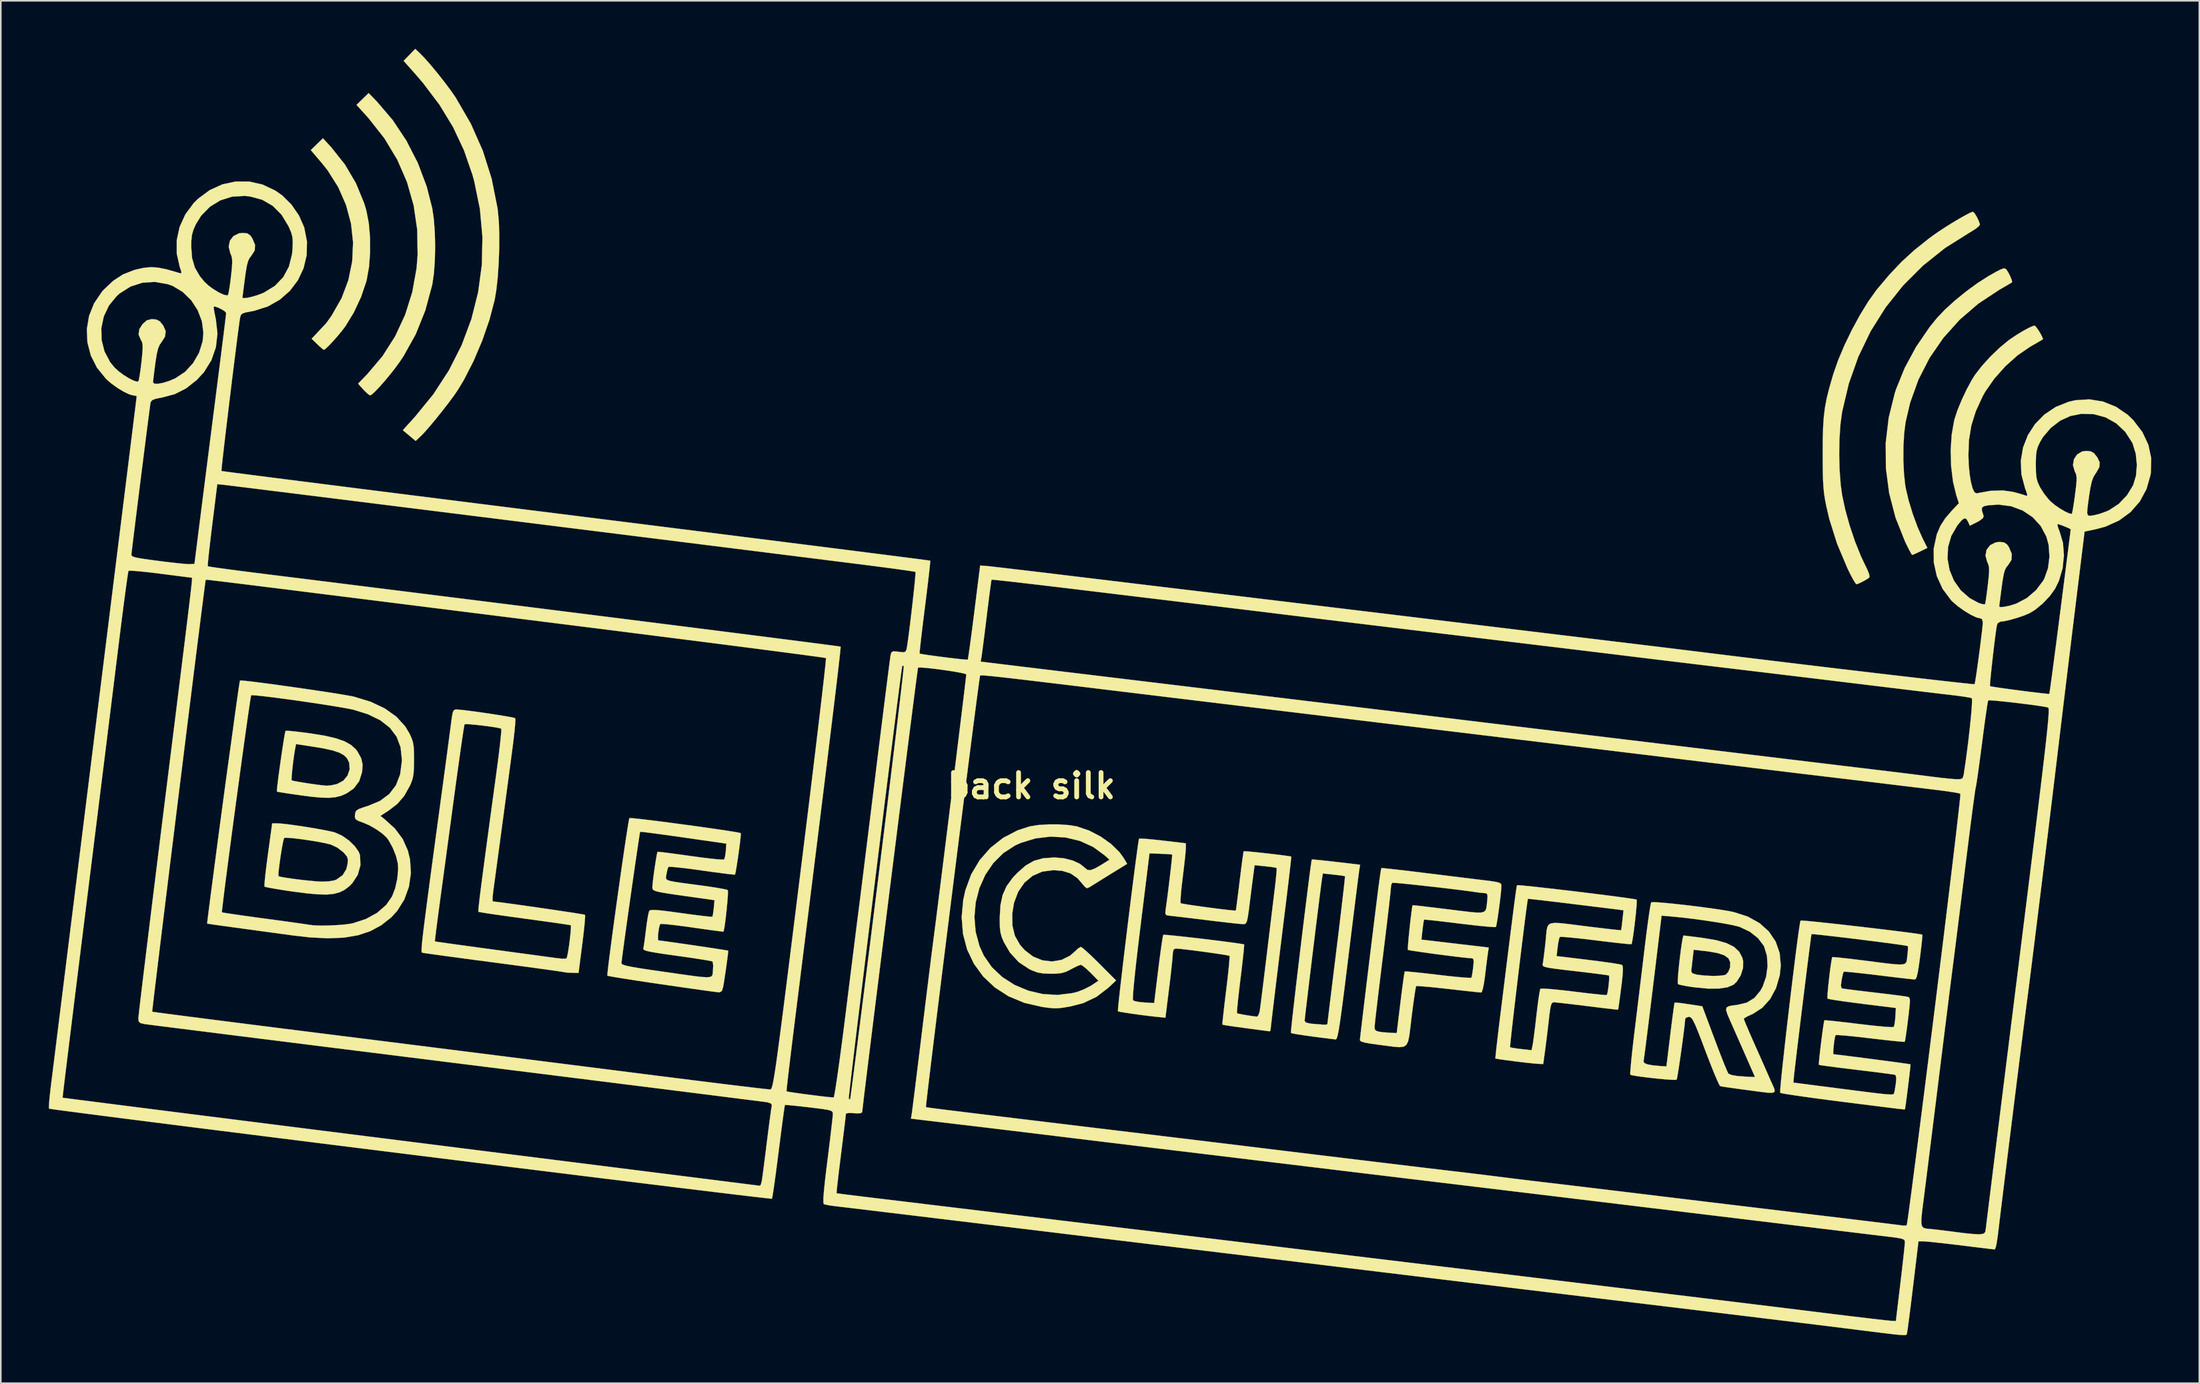
<source format=kicad_pcb>
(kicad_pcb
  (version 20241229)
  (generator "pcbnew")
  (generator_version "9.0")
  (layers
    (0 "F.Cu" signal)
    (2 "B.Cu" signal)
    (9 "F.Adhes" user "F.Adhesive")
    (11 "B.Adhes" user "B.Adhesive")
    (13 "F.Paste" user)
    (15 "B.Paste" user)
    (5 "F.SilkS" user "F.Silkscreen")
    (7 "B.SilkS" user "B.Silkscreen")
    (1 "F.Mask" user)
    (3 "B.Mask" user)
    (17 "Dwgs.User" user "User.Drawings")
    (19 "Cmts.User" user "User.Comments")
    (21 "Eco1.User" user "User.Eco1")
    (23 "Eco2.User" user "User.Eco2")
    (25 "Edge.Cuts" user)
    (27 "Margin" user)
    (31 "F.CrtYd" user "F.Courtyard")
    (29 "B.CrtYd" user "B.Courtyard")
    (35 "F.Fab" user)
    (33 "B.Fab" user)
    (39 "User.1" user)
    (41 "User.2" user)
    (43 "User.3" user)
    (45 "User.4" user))
  (footprint "back silk"
    (layer "F.Cu")
    (at 61.369 46.044)
    (property "Reference" "back silk" (at 0 0 0) (layer "F.SilkS") (effects (font (size 1.524 1.524) (thickness 0.3))))
    (attr through_hole)
    (fp_poly (pts (xy -40.876 -42.748) (xy -39.891 -41.594) (xy -39.032 -40.302) (xy -38.318 -38.906) (xy -37.765 -37.436) (xy -37.422 -36.089) (xy -37.322 -35.402) (xy -37.261 -34.59) (xy -37.24 -33.716) (xy -37.258 -32.843) (xy -37.315 -32.036) (xy -37.411 -31.357) (xy -37.424 -31.293) (xy -37.855 -29.699) (xy -38.452 -28.215) (xy -39.212 -26.849) (xy -39.452 -26.491) (xy -39.745 -26.09) (xy -40.075 -25.672) (xy -40.413 -25.267) (xy -40.733 -24.906) (xy -41.008 -24.62) (xy -41.21 -24.441) (xy -41.3 -24.394) (xy -41.423 -24.468) (xy -41.619 -24.649) (xy -41.728 -24.764) (xy -42.053 -25.128) (xy -41.474 -25.726) (xy -40.524 -26.849) (xy -39.735 -28.089) (xy -39.113 -29.429) (xy -38.666 -30.851) (xy -38.399 -32.339) (xy -38.333 -33.179) (xy -38.36 -34.752) (xy -38.583 -36.269) (xy -38.999 -37.727) (xy -39.607 -39.122) (xy -40.406 -40.449) (xy -41.394 -41.705) (xy -41.485 -41.807) (xy -42.151 -42.542) (xy -41.394 -43.281) (xy -40.876 -42.748)) (stroke (width 0.01) (type solid)) (fill yes) (layer "F.SilkS"))
    (fp_poly (pts (xy -43.715 -39.876) (xy -42.869 -38.809) (xy -42.183 -37.641) (xy -41.674 -36.402) (xy -41.537 -35.945) (xy -41.385 -35.157) (xy -41.306 -34.253) (xy -41.303 -33.308) (xy -41.374 -32.395) (xy -41.519 -31.588) (xy -41.54 -31.508) (xy -41.867 -30.543) (xy -42.315 -29.582) (xy -42.84 -28.722) (xy -42.853 -28.702) (xy -43.076 -28.41) (xy -43.344 -28.087) (xy -43.624 -27.77) (xy -43.881 -27.499) (xy -44.081 -27.309) (xy -44.19 -27.239) (xy -44.192 -27.239) (xy -44.291 -27.31) (xy -44.481 -27.478) (xy -44.601 -27.592) (xy -44.955 -27.933) (xy -44.55 -28.366) (xy -44.322 -28.609) (xy -44.151 -28.788) (xy -44.088 -28.852) (xy -44.004 -28.959) (xy -43.844 -29.181) (xy -43.689 -29.407) (xy -43.08 -30.474) (xy -42.658 -31.599) (xy -42.42 -32.763) (xy -42.366 -33.946) (xy -42.494 -35.126) (xy -42.803 -36.285) (xy -43.292 -37.402) (xy -43.958 -38.457) (xy -44.311 -38.9) (xy -45.007 -39.717) (xy -44.627 -40.087) (xy -44.247 -40.456) (xy -43.715 -39.876)) (stroke (width 0.01) (type solid)) (fill yes) (layer "F.SilkS"))
    (fp_poly (pts (xy -38.229 -45.803) (xy -37.916 -45.484) (xy -37.526 -45.043) (xy -37.097 -44.526) (xy -36.666 -43.981) (xy -36.271 -43.453) (xy -35.95 -42.99) (xy -35.941 -42.975) (xy -35.004 -41.354) (xy -34.261 -39.673) (xy -33.71 -37.928) (xy -33.348 -36.112) (xy -33.319 -35.895) (xy -33.26 -35.233) (xy -33.234 -34.436) (xy -33.238 -33.557) (xy -33.271 -32.655) (xy -33.33 -31.786) (xy -33.414 -31.005) (xy -33.519 -30.369) (xy -33.521 -30.362) (xy -33.849 -29.114) (xy -34.297 -27.819) (xy -34.838 -26.546) (xy -35.442 -25.366) (xy -35.813 -24.749) (xy -36.06 -24.388) (xy -36.392 -23.939) (xy -36.776 -23.442) (xy -37.176 -22.943) (xy -37.558 -22.483) (xy -37.888 -22.107) (xy -38.112 -21.874) (xy -38.456 -21.548) (xy -39.258 -22.221) (xy -38.502 -23.054) (xy -37.349 -24.468) (xy -36.375 -25.966) (xy -35.582 -27.536) (xy -34.974 -29.166) (xy -34.553 -30.843) (xy -34.322 -32.555) (xy -34.285 -34.291) (xy -34.443 -36.037) (xy -34.8 -37.781) (xy -34.908 -38.17) (xy -35.438 -39.704) (xy -36.119 -41.154) (xy -36.967 -42.547) (xy -37.996 -43.91) (xy -38.472 -44.465) (xy -39.208 -45.292) (xy -38.846 -45.665) (xy -38.483 -46.039) (xy -38.229 -45.803)) (stroke (width 0.01) (type solid)) (fill yes) (layer "F.SilkS"))
    (fp_poly (pts (xy 40.86 9.36) (xy 41.14 9.394) (xy 41.536 9.444) (xy 41.961 9.5) (xy 42.779 9.638) (xy 43.414 9.82) (xy 43.885 10.054) (xy 44.209 10.352) (xy 44.405 10.724) (xy 44.459 10.937) (xy 44.453 11.379) (xy 44.306 11.841) (xy 44.05 12.242) (xy 43.858 12.419) (xy 43.482 12.581) (xy 42.932 12.662) (xy 42.221 12.66) (xy 41.361 12.575) (xy 41.282 12.564) (xy 40.891 12.502) (xy 40.581 12.441) (xy 40.405 12.391) (xy 40.386 12.38) (xy 40.373 12.261) (xy 40.385 11.989) (xy 40.415 11.606) (xy 40.418 11.582) (xy 41.216 11.582) (xy 41.289 11.705) (xy 41.547 11.787) (xy 41.605 11.797) (xy 42.073 11.849) (xy 42.548 11.87) (xy 42.97 11.86) (xy 43.281 11.82) (xy 43.386 11.784) (xy 43.533 11.62) (xy 43.638 11.355) (xy 43.645 11.323) (xy 43.654 11.013) (xy 43.541 10.771) (xy 43.285 10.585) (xy 42.871 10.445) (xy 42.279 10.34) (xy 41.995 10.306) (xy 41.369 10.237) (xy 41.301 10.834) (xy 41.261 11.183) (xy 41.229 11.464) (xy 41.216 11.582) (xy 40.418 11.582) (xy 40.46 11.154) (xy 40.515 10.676) (xy 40.573 10.215) (xy 40.631 9.813) (xy 40.684 9.514) (xy 40.726 9.359) (xy 40.737 9.347) (xy 40.86 9.36)) (stroke (width 0.01) (type solid)) (fill yes) (layer "F.SilkS"))
    (fp_poly (pts (xy 60.823 -32.32) (xy 60.898 -32.259) (xy 60.917 -32.236) (xy 61.048 -32.025) (xy 61.168 -31.778) (xy 61.247 -31.565) (xy 61.253 -31.457) (xy 61.153 -31.395) (xy 60.919 -31.257) (xy 60.595 -31.07) (xy 60.452 -30.987) (xy 59.148 -30.126) (xy 57.983 -29.122) (xy 56.965 -27.988) (xy 56.104 -26.738) (xy 55.41 -25.384) (xy 54.89 -23.939) (xy 54.603 -22.708) (xy 54.517 -22.024) (xy 54.471 -21.221) (xy 54.466 -20.37) (xy 54.502 -19.546) (xy 54.578 -18.822) (xy 54.615 -18.598) (xy 54.797 -17.828) (xy 55.053 -16.988) (xy 55.355 -16.166) (xy 55.671 -15.455) (xy 55.681 -15.435) (xy 55.968 -14.867) (xy 55.515 -14.647) (xy 55.244 -14.52) (xy 55.059 -14.441) (xy 55.015 -14.427) (xy 54.954 -14.513) (xy 54.829 -14.742) (xy 54.664 -15.073) (xy 54.572 -15.265) (xy 53.979 -16.754) (xy 53.58 -18.289) (xy 53.375 -19.854) (xy 53.365 -21.43) (xy 53.551 -23) (xy 53.935 -24.547) (xy 54.007 -24.769) (xy 54.548 -26.104) (xy 55.259 -27.421) (xy 56.11 -28.665) (xy 56.573 -29.236) (xy 57.072 -29.76) (xy 57.697 -30.327) (xy 58.395 -30.894) (xy 59.108 -31.415) (xy 59.782 -31.846) (xy 59.841 -31.88) (xy 60.26 -32.116) (xy 60.54 -32.26) (xy 60.716 -32.324) (xy 60.823 -32.32)) (stroke (width 0.01) (type solid)) (fill yes) (layer "F.SilkS"))
    (fp_poly (pts (xy -46.19 -3.422) (xy -45.782 -3.378) (xy -45.281 -3.315) (xy -44.992 -3.275) (xy -44.123 -3.133) (xy -43.432 -2.972) (xy -42.897 -2.784) (xy -42.493 -2.559) (xy -42.195 -2.287) (xy -42.085 -2.14) (xy -41.86 -1.73) (xy -41.772 -1.345) (xy -41.8 -0.885) (xy -41.802 -0.87) (xy -41.982 -0.295) (xy -42.328 0.165) (xy -42.774 0.471) (xy -43.105 0.614) (xy -43.452 0.704) (xy -43.851 0.743) (xy -44.341 0.734) (xy -44.958 0.677) (xy -45.618 0.591) (xy -46.14 0.517) (xy -46.585 0.45) (xy -46.917 0.397) (xy -47.099 0.363) (xy -47.123 0.356) (xy -47.122 0.249) (xy -47.094 -0.02) (xy -47.049 -0.39) (xy -46.21 -0.39) (xy -46.203 -0.347) (xy -46.089 -0.314) (xy -45.824 -0.263) (xy -45.46 -0.202) (xy -45.047 -0.138) (xy -44.635 -0.08) (xy -44.277 -0.036) (xy -44.023 -0.012) (xy -44.005 -0.011) (xy -43.75 -0.033) (xy -43.427 -0.102) (xy -43.356 -0.122) (xy -42.976 -0.326) (xy -42.711 -0.647) (xy -42.58 -1.033) (xy -42.604 -1.434) (xy -42.736 -1.715) (xy -42.926 -1.91) (xy -43.215 -2.073) (xy -43.629 -2.212) (xy -44.197 -2.339) (xy -44.782 -2.437) (xy -45.927 -2.612) (xy -45.971 -2.398) (xy -46.023 -2.103) (xy -46.078 -1.724) (xy -46.13 -1.312) (xy -46.173 -0.918) (xy -46.201 -0.593) (xy -46.21 -0.39) (xy -47.049 -0.39) (xy -47.047 -0.413) (xy -46.984 -0.891) (xy -46.911 -1.417) (xy -46.834 -1.952) (xy -46.758 -2.457) (xy -46.69 -2.894) (xy -46.633 -3.225) (xy -46.594 -3.411) (xy -46.584 -3.438) (xy -46.469 -3.443) (xy -46.19 -3.422)) (stroke (width 0.01) (type solid)) (fill yes) (layer "F.SilkS"))
    (fp_poly (pts (xy -46.848 2.355) (xy -46.398 2.406) (xy -45.851 2.48) (xy -45.258 2.57) (xy -44.67 2.668) (xy -44.138 2.765) (xy -43.714 2.854) (xy -43.478 2.916) (xy -43.042 3.116) (xy -42.62 3.414) (xy -42.26 3.764) (xy -42.011 4.121) (xy -41.932 4.336) (xy -41.906 4.958) (xy -42.071 5.551) (xy -42.413 6.079) (xy -42.613 6.279) (xy -42.894 6.492) (xy -43.201 6.646) (xy -43.561 6.743) (xy -44.002 6.786) (xy -44.551 6.776) (xy -45.236 6.715) (xy -46.084 6.606) (xy -46.348 6.568) (xy -46.876 6.488) (xy -47.329 6.413) (xy -47.672 6.349) (xy -47.867 6.304) (xy -47.896 6.292) (xy -47.901 6.178) (xy -47.879 5.894) (xy -47.839 5.505) (xy -47.03 5.505) (xy -47.025 5.636) (xy -47.023 5.639) (xy -46.9 5.678) (xy -46.62 5.729) (xy -46.229 5.787) (xy -45.774 5.847) (xy -45.3 5.902) (xy -44.853 5.946) (xy -44.48 5.975) (xy -44.318 5.982) (xy -43.89 5.964) (xy -43.537 5.902) (xy -43.403 5.852) (xy -43.016 5.575) (xy -42.79 5.205) (xy -42.715 4.902) (xy -42.687 4.627) (xy -42.736 4.433) (xy -42.892 4.232) (xy -42.996 4.126) (xy -43.349 3.856) (xy -43.75 3.666) (xy -43.796 3.652) (xy -44.128 3.574) (xy -44.556 3.491) (xy -45.035 3.411) (xy -45.522 3.34) (xy -45.973 3.283) (xy -46.343 3.247) (xy -46.59 3.238) (xy -46.666 3.251) (xy -46.709 3.371) (xy -46.767 3.641) (xy -46.833 4.01) (xy -46.899 4.431) (xy -46.959 4.853) (xy -47.005 5.227) (xy -47.03 5.505) (xy -47.839 5.505) (xy -47.835 5.474) (xy -47.772 4.947) (xy -47.694 4.347) (xy -47.685 4.285) (xy -47.418 2.337) (xy -47.15 2.337) (xy -46.848 2.355)) (stroke (width 0.01) (type solid)) (fill yes) (layer "F.SilkS"))
    (fp_poly (pts (xy 58.907 -35.781) (xy 59.038 -35.575) (xy 59.165 -35.315) (xy 59.25 -35.073) (xy 59.183 -34.964) (xy 58.971 -34.794) (xy 58.652 -34.593) (xy 58.587 -34.556) (xy 57.069 -33.6) (xy 55.687 -32.498) (xy 54.447 -31.257) (xy 53.357 -29.889) (xy 52.424 -28.404) (xy 51.655 -26.812) (xy 51.057 -25.122) (xy 50.637 -23.344) (xy 50.636 -23.341) (xy 50.535 -22.573) (xy 50.475 -21.672) (xy 50.458 -20.706) (xy 50.483 -19.739) (xy 50.55 -18.839) (xy 50.638 -18.186) (xy 50.837 -17.252) (xy 51.116 -16.253) (xy 51.448 -15.264) (xy 51.811 -14.362) (xy 52.015 -13.927) (xy 52.217 -13.51) (xy 52.327 -13.235) (xy 52.354 -13.072) (xy 52.309 -12.988) (xy 52.307 -12.987) (xy 52.05 -12.83) (xy 51.783 -12.691) (xy 51.582 -12.608) (xy 51.534 -12.598) (xy 51.457 -12.685) (xy 51.317 -12.918) (xy 51.136 -13.261) (xy 50.976 -13.589) (xy 50.329 -15.123) (xy 49.848 -16.651) (xy 49.658 -17.455) (xy 49.579 -17.854) (xy 49.52 -18.228) (xy 49.479 -18.616) (xy 49.452 -19.059) (xy 49.436 -19.599) (xy 49.43 -20.276) (xy 49.429 -20.777) (xy 49.434 -21.673) (xy 49.455 -22.413) (xy 49.497 -23.046) (xy 49.567 -23.619) (xy 49.672 -24.18) (xy 49.818 -24.776) (xy 50.011 -25.457) (xy 50.101 -25.756) (xy 50.4 -26.61) (xy 50.794 -27.541) (xy 51.256 -28.494) (xy 51.757 -29.416) (xy 52.27 -30.253) (xy 52.767 -30.952) (xy 52.818 -31.016) (xy 53.6 -31.944) (xy 54.359 -32.743) (xy 55.15 -33.467) (xy 56.033 -34.171) (xy 56.286 -34.36) (xy 56.652 -34.616) (xy 57.079 -34.896) (xy 57.529 -35.178) (xy 57.965 -35.438) (xy 58.348 -35.654) (xy 58.64 -35.804) (xy 58.805 -35.864) (xy 58.811 -35.865) (xy 58.907 -35.781)) (stroke (width 0.01) (type solid)) (fill yes) (layer "F.SilkS"))
    (fp_poly (pts (xy 17.622 4.6) (xy 17.892 4.624) (xy 18.291 4.665) (xy 18.786 4.719) (xy 19.04 4.749) (xy 20.537 4.925) (xy 20.484 5.231) (xy 20.462 5.39) (xy 20.418 5.73) (xy 20.354 6.231) (xy 20.273 6.872) (xy 20.178 7.633) (xy 20.071 8.494) (xy 19.955 9.435) (xy 19.832 10.434) (xy 19.8 10.693) (xy 19.656 11.863) (xy 19.533 12.847) (xy 19.428 13.659) (xy 19.34 14.315) (xy 19.266 14.831) (xy 19.204 15.221) (xy 19.15 15.502) (xy 19.104 15.687) (xy 19.062 15.793) (xy 19.023 15.835) (xy 19.007 15.837) (xy 18.849 15.82) (xy 18.534 15.781) (xy 18.106 15.727) (xy 17.609 15.662) (xy 17.555 15.655) (xy 17.066 15.587) (xy 16.653 15.524) (xy 16.357 15.472) (xy 16.218 15.437) (xy 16.213 15.434) (xy 16.218 15.33) (xy 16.245 15.046) (xy 16.283 14.681) (xy 17.069 14.681) (xy 17.161 14.786) (xy 17.444 14.85) (xy 17.551 14.861) (xy 17.894 14.888) (xy 18.185 14.911) (xy 18.263 14.917) (xy 18.441 14.911) (xy 18.491 14.88) (xy 18.503 14.771) (xy 18.538 14.481) (xy 18.592 14.03) (xy 18.664 13.438) (xy 18.751 12.726) (xy 18.851 11.914) (xy 18.961 11.022) (xy 19.056 10.247) (xy 19.172 9.307) (xy 19.278 8.43) (xy 19.372 7.638) (xy 19.452 6.95) (xy 19.517 6.386) (xy 19.562 5.967) (xy 19.587 5.712) (xy 19.59 5.641) (xy 19.48 5.617) (xy 19.224 5.582) (xy 18.882 5.543) (xy 18.207 5.472) (xy 18.146 5.86) (xy 18.117 6.065) (xy 18.069 6.436) (xy 18.004 6.946) (xy 17.926 7.57) (xy 17.837 8.283) (xy 17.741 9.059) (xy 17.641 9.873) (xy 17.54 10.698) (xy 17.442 11.51) (xy 17.348 12.282) (xy 17.263 12.989) (xy 17.19 13.606) (xy 17.131 14.107) (xy 17.09 14.466) (xy 17.07 14.658) (xy 17.069 14.681) (xy 16.283 14.681) (xy 16.291 14.606) (xy 16.355 14.032) (xy 16.434 13.346) (xy 16.523 12.572) (xy 16.622 11.733) (xy 16.727 10.849) (xy 16.836 9.945) (xy 16.945 9.043) (xy 17.052 8.165) (xy 17.155 7.334) (xy 17.25 6.572) (xy 17.335 5.903) (xy 17.407 5.348) (xy 17.464 4.931) (xy 17.502 4.674) (xy 17.518 4.598) (xy 17.622 4.6)) (stroke (width 0.01) (type solid)) (fill yes) (layer "F.SilkS"))
    (fp_poly (pts (xy 1.745 2.406) (xy 2.379 2.452) (xy 2.845 2.531) (xy 3.6 2.786) (xy 4.328 3.162) (xy 4.979 3.625) (xy 5.508 4.144) (xy 5.777 4.52) (xy 5.983 4.87) (xy 4.897 5.541) (xy 4.464 5.808) (xy 4.082 6.046) (xy 3.79 6.228) (xy 3.629 6.33) (xy 3.626 6.332) (xy 3.463 6.392) (xy 3.328 6.291) (xy 3.296 6.248) (xy 2.887 5.771) (xy 2.446 5.465) (xy 1.924 5.305) (xy 1.375 5.264) (xy 0.686 5.353) (xy 0.081 5.617) (xy -0.426 6.04) (xy -0.818 6.606) (xy -1.081 7.297) (xy -1.191 7.974) (xy -1.183 8.726) (xy -1.028 9.364) (xy -0.712 9.922) (xy -0.417 10.258) (xy 0.109 10.66) (xy 0.692 10.897) (xy 1.295 10.967) (xy 1.882 10.87) (xy 2.417 10.605) (xy 2.736 10.326) (xy 2.929 10.147) (xy 3.079 10.06) (xy 3.093 10.058) (xy 3.201 10.127) (xy 3.422 10.315) (xy 3.728 10.598) (xy 4.091 10.949) (xy 4.249 11.107) (xy 5.293 12.155) (xy 4.794 12.622) (xy 4.061 13.182) (xy 3.235 13.571) (xy 2.444 13.775) (xy 2 13.851) (xy 1.675 13.889) (xy 1.387 13.892) (xy 1.054 13.86) (xy 0.664 13.806) (xy -0.438 13.553) (xy -1.424 13.143) (xy -2.285 12.588) (xy -3.009 11.906) (xy -3.588 11.111) (xy -4.012 10.219) (xy -4.27 9.243) (xy -4.353 8.2) (xy -4.352 8.191) (xy -3.556 8.191) (xy -3.48 9.11) (xy -3.241 10.003) (xy -2.968 10.604) (xy -2.465 11.327) (xy -1.815 11.941) (xy -1.048 12.432) (xy -0.195 12.79) (xy 0.712 13.003) (xy 1.643 13.058) (xy 2.567 12.943) (xy 2.895 12.858) (xy 3.291 12.705) (xy 3.687 12.502) (xy 3.781 12.443) (xy 4.19 12.173) (xy 3.699 11.674) (xy 3.436 11.424) (xy 3.218 11.245) (xy 3.091 11.176) (xy 3.09 11.176) (xy 2.941 11.223) (xy 2.684 11.344) (xy 2.477 11.455) (xy 2.169 11.609) (xy 1.878 11.695) (xy 1.522 11.73) (xy 1.219 11.735) (xy 0.753 11.719) (xy 0.393 11.657) (xy 0.045 11.529) (xy -0.118 11.452) (xy -0.786 11.013) (xy -1.338 10.409) (xy -1.713 9.766) (xy -1.844 9.459) (xy -1.924 9.178) (xy -1.964 8.854) (xy -1.975 8.42) (xy -1.974 8.23) (xy -1.93 7.455) (xy -1.795 6.819) (xy -1.548 6.266) (xy -1.17 5.745) (xy -0.872 5.428) (xy -0.354 4.974) (xy 0.159 4.68) (xy 0.728 4.522) (xy 1.416 4.471) (xy 1.466 4.471) (xy 2.038 4.523) (xy 2.581 4.661) (xy 3.036 4.868) (xy 3.34 5.115) (xy 3.498 5.244) (xy 3.695 5.261) (xy 3.97 5.16) (xy 4.345 4.946) (xy 4.879 4.613) (xy 4.599 4.355) (xy 3.87 3.819) (xy 3.04 3.44) (xy 2.139 3.222) (xy 1.2 3.168) (xy 0.252 3.281) (xy -0.671 3.565) (xy -1.016 3.722) (xy -1.756 4.201) (xy -2.379 4.824) (xy -2.879 5.563) (xy -3.247 6.389) (xy -3.475 7.275) (xy -3.556 8.191) (xy -4.352 8.191) (xy -4.251 7.105) (xy -4.118 6.507) (xy -3.754 5.52) (xy -3.227 4.635) (xy -2.555 3.869) (xy -1.757 3.242) (xy -0.851 2.772) (xy -0.102 2.53) (xy 0.424 2.445) (xy 1.066 2.404) (xy 1.745 2.406)) (stroke (width 0.01) (type solid)) (fill yes) (layer "F.SilkS"))
    (fp_poly (pts (xy 39.126 7.274) (xy 39.55 7.307) (xy 40.076 7.358) (xy 40.674 7.423) (xy 41.308 7.498) (xy 41.948 7.579) (xy 42.56 7.662) (xy 43.112 7.744) (xy 43.57 7.821) (xy 43.868 7.88) (xy 44.747 8.162) (xy 45.483 8.572) (xy 46.066 9.095) (xy 46.488 9.72) (xy 46.739 10.433) (xy 46.811 11.223) (xy 46.746 11.83) (xy 46.515 12.63) (xy 46.147 13.313) (xy 45.657 13.859) (xy 45.061 14.245) (xy 44.955 14.291) (xy 44.691 14.414) (xy 44.527 14.516) (xy 44.501 14.551) (xy 44.54 14.664) (xy 44.649 14.93) (xy 44.813 15.315) (xy 45.019 15.787) (xy 45.169 16.126) (xy 45.43 16.712) (xy 45.693 17.305) (xy 45.932 17.848) (xy 46.124 18.285) (xy 46.181 18.415) (xy 46.313 18.705) (xy 46.405 18.918) (xy 46.435 19.062) (xy 46.381 19.145) (xy 46.221 19.175) (xy 45.934 19.159) (xy 45.496 19.106) (xy 44.886 19.023) (xy 44.602 18.986) (xy 44.073 18.915) (xy 43.612 18.85) (xy 43.26 18.798) (xy 43.055 18.763) (xy 43.023 18.755) (xy 42.958 18.652) (xy 42.835 18.387) (xy 42.664 17.986) (xy 42.459 17.477) (xy 42.23 16.887) (xy 42.11 16.572) (xy 41.846 15.874) (xy 41.64 15.345) (xy 41.482 14.962) (xy 41.359 14.701) (xy 41.262 14.54) (xy 41.179 14.457) (xy 41.1 14.429) (xy 41.073 14.427) (xy 40.893 14.475) (xy 40.839 14.554) (xy 40.821 14.773) (xy 40.781 15.131) (xy 40.724 15.589) (xy 40.655 16.108) (xy 40.58 16.65) (xy 40.504 17.176) (xy 40.433 17.648) (xy 40.372 18.028) (xy 40.326 18.275) (xy 40.304 18.353) (xy 40.185 18.365) (xy 39.911 18.354) (xy 39.525 18.325) (xy 39.074 18.282) (xy 38.601 18.23) (xy 38.154 18.175) (xy 37.776 18.121) (xy 37.512 18.073) (xy 37.411 18.04) (xy 37.408 17.927) (xy 37.427 17.641) (xy 37.467 17.207) (xy 37.469 17.189) (xy 38.239 17.189) (xy 38.273 17.302) (xy 38.457 17.389) (xy 38.808 17.455) (xy 39.343 17.504) (xy 39.366 17.506) (xy 39.667 17.526) (xy 39.909 15.545) (xy 39.984 14.935) (xy 40.053 14.399) (xy 40.111 13.966) (xy 40.153 13.67) (xy 40.176 13.539) (xy 40.178 13.536) (xy 40.283 13.537) (xy 40.541 13.565) (xy 40.904 13.615) (xy 41.056 13.637) (xy 41.908 13.767) (xy 42.678 15.826) (xy 42.909 16.437) (xy 43.121 16.984) (xy 43.302 17.439) (xy 43.442 17.772) (xy 43.527 17.954) (xy 43.542 17.978) (xy 43.738 18.062) (xy 44.123 18.126) (xy 44.685 18.166) (xy 44.774 18.17) (xy 45.199 18.186) (xy 44.608 16.84) (xy 44.357 16.27) (xy 44.098 15.683) (xy 43.86 15.144) (xy 43.672 14.719) (xy 43.655 14.682) (xy 43.476 14.265) (xy 43.394 13.997) (xy 43.426 13.84) (xy 43.588 13.754) (xy 43.897 13.703) (xy 44.085 13.682) (xy 44.685 13.539) (xy 45.162 13.248) (xy 45.54 12.789) (xy 45.682 12.53) (xy 45.897 11.918) (xy 45.985 11.258) (xy 45.946 10.615) (xy 45.777 10.053) (xy 45.741 9.981) (xy 45.385 9.508) (xy 44.878 9.109) (xy 44.265 8.819) (xy 44.154 8.783) (xy 43.826 8.703) (xy 43.341 8.609) (xy 42.744 8.509) (xy 42.078 8.408) (xy 41.39 8.313) (xy 40.723 8.232) (xy 40.13 8.172) (xy 39.365 8.104) (xy 38.826 12.561) (xy 38.712 13.495) (xy 38.604 14.37) (xy 38.505 15.165) (xy 38.418 15.859) (xy 38.345 16.43) (xy 38.288 16.856) (xy 38.252 17.117) (xy 38.239 17.189) (xy 37.469 17.189) (xy 37.524 16.653) (xy 37.597 16.007) (xy 37.673 15.366) (xy 37.783 14.466) (xy 37.908 13.438) (xy 38.039 12.357) (xy 38.167 11.296) (xy 38.283 10.331) (xy 38.315 10.058) (xy 38.404 9.339) (xy 38.489 8.685) (xy 38.567 8.125) (xy 38.634 7.685) (xy 38.686 7.393) (xy 38.718 7.276) (xy 38.838 7.262) (xy 39.126 7.274)) (stroke (width 0.01) (type solid)) (fill yes) (layer "F.SilkS"))
    (fp_poly (pts (xy -49.038 -6.556) (xy -48.611 -6.507) (xy -48.065 -6.438) (xy -47.431 -6.354) (xy -46.734 -6.258) (xy -46.002 -6.155) (xy -45.264 -6.049) (xy -44.548 -5.943) (xy -43.88 -5.842) (xy -43.289 -5.749) (xy -42.803 -5.668) (xy -42.449 -5.604) (xy -42.316 -5.575) (xy -41.276 -5.26) (xy -40.389 -4.841) (xy -39.663 -4.325) (xy -39.109 -3.718) (xy -38.843 -3.274) (xy -38.711 -2.987) (xy -38.628 -2.732) (xy -38.581 -2.449) (xy -38.562 -2.077) (xy -38.558 -1.626) (xy -38.565 -1.114) (xy -38.59 -0.745) (xy -38.644 -0.458) (xy -38.736 -0.191) (xy -38.821 0) (xy -39.173 0.626) (xy -39.592 1.116) (xy -40.137 1.537) (xy -40.147 1.544) (xy -40.657 1.874) (xy -40.42 2.058) (xy -39.749 2.668) (xy -39.263 3.321) (xy -38.942 4.045) (xy -38.808 4.599) (xy -38.754 5.455) (xy -38.878 6.302) (xy -39.168 7.101) (xy -39.61 7.81) (xy -39.996 8.227) (xy -40.614 8.71) (xy -41.297 9.077) (xy -42.065 9.332) (xy -42.936 9.479) (xy -43.932 9.521) (xy -45.072 9.462) (xy -46.076 9.348) (xy -47.291 9.183) (xy -48.32 9.043) (xy -49.175 8.927) (xy -49.87 8.832) (xy -50.42 8.756) (xy -50.839 8.697) (xy -51.141 8.654) (xy -51.339 8.624) (xy -51.447 8.606) (xy -51.48 8.598) (xy -51.471 8.498) (xy -51.437 8.218) (xy -51.396 7.896) (xy -50.558 7.896) (xy -50.45 7.92) (xy -50.168 7.966) (xy -49.739 8.03) (xy -49.189 8.109) (xy -48.545 8.199) (xy -47.89 8.287) (xy -47.176 8.383) (xy -46.525 8.472) (xy -45.963 8.55) (xy -45.521 8.613) (xy -45.226 8.657) (xy -45.11 8.676) (xy -44.826 8.712) (xy -44.4 8.727) (xy -43.893 8.721) (xy -43.364 8.697) (xy -42.873 8.657) (xy -42.482 8.603) (xy -42.389 8.584) (xy -41.564 8.314) (xy -40.86 7.927) (xy -40.302 7.44) (xy -39.932 6.909) (xy -39.735 6.396) (xy -39.602 5.79) (xy -39.549 5.19) (xy -39.568 4.846) (xy -39.684 4.374) (xy -39.892 3.855) (xy -40.148 3.393) (xy -40.257 3.244) (xy -40.53 2.984) (xy -40.923 2.707) (xy -41.362 2.456) (xy -41.771 2.282) (xy -42.066 2.174) (xy -42.211 2.076) (xy -42.254 1.941) (xy -42.246 1.801) (xy -42.218 1.641) (xy -42.143 1.528) (xy -41.982 1.434) (xy -41.691 1.33) (xy -41.433 1.25) (xy -40.688 0.94) (xy -40.107 0.51) (xy -39.686 -0.042) (xy -39.425 -0.721) (xy -39.321 -1.527) (xy -39.319 -1.675) (xy -39.401 -2.426) (xy -39.65 -3.078) (xy -40.071 -3.635) (xy -40.666 -4.1) (xy -41.441 -4.477) (xy -42.316 -4.751) (xy -42.61 -4.814) (xy -43.044 -4.894) (xy -43.59 -4.985) (xy -44.218 -5.085) (xy -44.899 -5.188) (xy -45.603 -5.291) (xy -46.301 -5.389) (xy -46.964 -5.478) (xy -47.563 -5.555) (xy -48.067 -5.615) (xy -48.449 -5.653) (xy -48.677 -5.666) (xy -48.73 -5.66) (xy -48.753 -5.552) (xy -48.8 -5.264) (xy -48.867 -4.814) (xy -48.953 -4.225) (xy -49.053 -3.514) (xy -49.167 -2.704) (xy -49.29 -1.813) (xy -49.42 -0.862) (xy -49.555 0.128) (xy -49.692 1.139) (xy -49.828 2.149) (xy -49.96 3.138) (xy -50.085 4.087) (xy -50.202 4.975) (xy -50.306 5.781) (xy -50.397 6.487) (xy -50.469 7.072) (xy -50.522 7.515) (xy -50.553 7.796) (xy -50.558 7.896) (xy -51.396 7.896) (xy -51.382 7.782) (xy -51.309 7.211) (xy -51.22 6.528) (xy -51.119 5.755) (xy -51.009 4.914) (xy -50.892 4.028) (xy -50.772 3.118) (xy -50.65 2.208) (xy -50.531 1.319) (xy -50.418 0.473) (xy -50.312 -0.306) (xy -50.218 -0.997) (xy -50.145 -1.524) (xy -50.082 -1.979) (xy -49.999 -2.579) (xy -49.904 -3.267) (xy -49.806 -3.987) (xy -49.726 -4.572) (xy -49.641 -5.181) (xy -49.565 -5.717) (xy -49.502 -6.15) (xy -49.455 -6.447) (xy -49.431 -6.579) (xy -49.43 -6.582) (xy -49.32 -6.583) (xy -49.038 -6.556)) (stroke (width 0.01) (type solid)) (fill yes) (layer "F.SilkS"))
    (fp_poly (pts (xy -35.653 -4.755) (xy -35.295 -4.715) (xy -34.84 -4.656) (xy -34.326 -4.584) (xy -33.794 -4.506) (xy -33.284 -4.427) (xy -32.834 -4.353) (xy -32.486 -4.291) (xy -32.278 -4.245) (xy -32.238 -4.23) (xy -32.228 -4.112) (xy -32.244 -3.828) (xy -32.283 -3.413) (xy -32.34 -2.902) (xy -32.389 -2.514) (xy -32.451 -2.038) (xy -32.537 -1.395) (xy -32.64 -0.619) (xy -32.758 0.257) (xy -32.884 1.198) (xy -33.014 2.17) (xy -33.145 3.139) (xy -33.27 4.071) (xy -33.387 4.933) (xy -33.489 5.689) (xy -33.573 6.307) (xy -33.61 6.579) (xy -33.647 6.907) (xy -33.656 7.138) (xy -33.638 7.218) (xy -33.433 7.24) (xy -33.075 7.285) (xy -32.596 7.349) (xy -32.025 7.428) (xy -31.394 7.518) (xy -30.734 7.612) (xy -30.077 7.708) (xy -29.452 7.801) (xy -28.891 7.885) (xy -28.425 7.957) (xy -28.085 8.013) (xy -27.902 8.047) (xy -27.879 8.053) (xy -27.873 8.168) (xy -27.891 8.451) (xy -27.931 8.868) (xy -27.989 9.386) (xy -28.052 9.898) (xy -28.283 11.684) (xy -28.696 11.676) (xy -28.982 11.662) (xy -29.182 11.638) (xy -29.21 11.63) (xy -29.329 11.609) (xy -29.629 11.565) (xy -30.087 11.5) (xy -30.684 11.418) (xy -31.396 11.321) (xy -32.204 11.212) (xy -33.086 11.095) (xy -33.63 11.023) (xy -34.545 10.902) (xy -35.4 10.788) (xy -36.172 10.684) (xy -36.84 10.593) (xy -37.382 10.518) (xy -37.779 10.462) (xy -38.008 10.428) (xy -38.055 10.419) (xy -38.073 10.399) (xy -38.085 10.347) (xy -38.088 10.25) (xy -38.081 10.096) (xy -38.063 9.873) (xy -38.047 9.715) (xy -37.256 9.715) (xy -37.155 9.732) (xy -36.875 9.773) (xy -36.439 9.835) (xy -35.87 9.914) (xy -35.191 10.007) (xy -34.425 10.112) (xy -33.68 10.213) (xy -32.83 10.328) (xy -32.023 10.437) (xy -31.286 10.536) (xy -30.648 10.623) (xy -30.136 10.693) (xy -29.776 10.742) (xy -29.616 10.763) (xy -29.311 10.793) (xy -29.093 10.791) (xy -29.036 10.775) (xy -28.993 10.655) (xy -28.938 10.379) (xy -28.877 9.995) (xy -28.842 9.726) (xy -28.794 9.303) (xy -28.764 8.964) (xy -28.755 8.752) (xy -28.762 8.706) (xy -28.869 8.685) (xy -29.153 8.641) (xy -29.585 8.577) (xy -30.142 8.499) (xy -30.797 8.408) (xy -31.523 8.309) (xy -31.647 8.292) (xy -32.384 8.192) (xy -33.052 8.098) (xy -33.627 8.015) (xy -34.083 7.946) (xy -34.393 7.895) (xy -34.532 7.867) (xy -34.537 7.864) (xy -34.541 7.808) (xy -34.531 7.655) (xy -34.504 7.396) (xy -34.461 7.021) (xy -34.399 6.519) (xy -34.317 5.881) (xy -34.214 5.098) (xy -34.089 4.159) (xy -33.94 3.054) (xy -33.767 1.774) (xy -33.567 0.308) (xy -33.428 -0.711) (xy -33.33 -1.442) (xy -33.246 -2.105) (xy -33.179 -2.676) (xy -33.132 -3.128) (xy -33.107 -3.434) (xy -33.107 -3.568) (xy -33.109 -3.571) (xy -33.231 -3.611) (xy -33.501 -3.661) (xy -33.87 -3.716) (xy -34.285 -3.769) (xy -34.697 -3.815) (xy -35.054 -3.848) (xy -35.307 -3.86) (xy -35.402 -3.85) (xy -35.426 -3.742) (xy -35.473 -3.453) (xy -35.541 -3.006) (xy -35.626 -2.422) (xy -35.725 -1.721) (xy -35.836 -0.926) (xy -35.955 -0.057) (xy -36.012 0.36) (xy -36.151 1.39) (xy -36.296 2.471) (xy -36.444 3.56) (xy -36.586 4.615) (xy -36.719 5.593) (xy -36.835 6.452) (xy -36.925 7.109) (xy -37.019 7.808) (xy -37.102 8.437) (xy -37.171 8.969) (xy -37.221 9.377) (xy -37.251 9.634) (xy -37.256 9.715) (xy -38.047 9.715) (xy -38.032 9.571) (xy -37.987 9.176) (xy -37.926 8.677) (xy -37.848 8.063) (xy -37.752 7.321) (xy -37.635 6.44) (xy -37.498 5.407) (xy -37.337 4.212) (xy -37.152 2.842) (xy -36.941 1.286) (xy -36.884 0.864) (xy -36.761 -0.041) (xy -36.643 -0.919) (xy -36.533 -1.74) (xy -36.434 -2.477) (xy -36.352 -3.099) (xy -36.288 -3.578) (xy -36.249 -3.884) (xy -36.249 -3.886) (xy -36.192 -4.311) (xy -36.143 -4.573) (xy -36.084 -4.711) (xy -35.999 -4.764) (xy -35.874 -4.771) (xy -35.653 -4.755)) (stroke (width 0.01) (type solid)) (fill yes) (layer "F.SilkS"))
    (fp_poly (pts (xy 30.447 6.204) (xy 30.729 6.228) (xy 31.158 6.27) (xy 31.707 6.33) (xy 32.347 6.402) (xy 33.053 6.483) (xy 33.796 6.571) (xy 34.549 6.662) (xy 35.284 6.753) (xy 35.975 6.84) (xy 36.595 6.921) (xy 37.114 6.991) (xy 37.508 7.048) (xy 37.747 7.088) (xy 37.808 7.104) (xy 37.817 7.218) (xy 37.802 7.487) (xy 37.769 7.865) (xy 37.722 8.308) (xy 37.668 8.77) (xy 37.611 9.204) (xy 37.557 9.566) (xy 37.512 9.809) (xy 37.484 9.887) (xy 37.375 9.886) (xy 37.094 9.861) (xy 36.671 9.817) (xy 36.135 9.756) (xy 35.517 9.682) (xy 35.255 9.649) (xy 34.611 9.571) (xy 34.037 9.508) (xy 33.562 9.462) (xy 33.216 9.435) (xy 33.029 9.432) (xy 33.006 9.437) (xy 32.959 9.565) (xy 32.907 9.83) (xy 32.874 10.066) (xy 32.807 10.632) (xy 34.789 10.87) (xy 35.407 10.947) (xy 35.958 11.022) (xy 36.411 11.089) (xy 36.731 11.143) (xy 36.886 11.18) (xy 36.892 11.183) (xy 36.937 11.266) (xy 36.951 11.457) (xy 36.933 11.784) (xy 36.882 12.27) (xy 36.84 12.609) (xy 36.776 13.107) (xy 36.719 13.525) (xy 36.676 13.825) (xy 36.651 13.97) (xy 36.648 13.978) (xy 36.545 13.971) (xy 36.273 13.942) (xy 35.863 13.895) (xy 35.346 13.833) (xy 34.754 13.759) (xy 34.747 13.759) (xy 34.139 13.684) (xy 33.589 13.618) (xy 33.134 13.566) (xy 32.811 13.531) (xy 32.657 13.518) (xy 32.563 13.532) (xy 32.494 13.602) (xy 32.44 13.763) (xy 32.391 14.051) (xy 32.336 14.499) (xy 32.324 14.605) (xy 32.258 15.173) (xy 32.184 15.778) (xy 32.115 16.323) (xy 32.087 16.535) (xy 31.973 17.374) (xy 31.658 17.362) (xy 31.431 17.345) (xy 31.058 17.307) (xy 30.594 17.254) (xy 30.177 17.203) (xy 29.715 17.142) (xy 29.336 17.09) (xy 29.079 17.05) (xy 28.985 17.03) (xy 28.991 16.927) (xy 29.018 16.65) (xy 29.057 16.294) (xy 29.902 16.294) (xy 29.902 16.322) (xy 30.019 16.356) (xy 30.28 16.399) (xy 30.595 16.439) (xy 31.242 16.511) (xy 31.308 16.206) (xy 31.342 16) (xy 31.392 15.635) (xy 31.453 15.156) (xy 31.518 14.606) (xy 31.549 14.326) (xy 31.614 13.78) (xy 31.677 13.306) (xy 31.734 12.94) (xy 31.778 12.719) (xy 31.795 12.673) (xy 31.913 12.661) (xy 32.2 12.674) (xy 32.626 12.709) (xy 33.159 12.763) (xy 33.767 12.834) (xy 33.884 12.849) (xy 34.5 12.924) (xy 35.044 12.986) (xy 35.486 13.033) (xy 35.793 13.06) (xy 35.936 13.065) (xy 35.942 13.063) (xy 35.984 12.94) (xy 36.027 12.692) (xy 36.065 12.39) (xy 36.089 12.102) (xy 36.091 11.899) (xy 36.077 11.844) (xy 35.962 11.822) (xy 35.677 11.782) (xy 35.252 11.727) (xy 34.718 11.661) (xy 34.106 11.588) (xy 33.955 11.571) (xy 33.26 11.49) (xy 32.743 11.425) (xy 32.378 11.372) (xy 32.139 11.324) (xy 32.003 11.277) (xy 31.943 11.224) (xy 31.935 11.16) (xy 31.941 11.127) (xy 31.971 10.948) (xy 32.015 10.615) (xy 32.068 10.178) (xy 32.118 9.728) (xy 32.154 9.34) (xy 32.182 9.04) (xy 32.227 8.82) (xy 32.312 8.672) (xy 32.463 8.587) (xy 32.702 8.557) (xy 33.054 8.574) (xy 33.543 8.628) (xy 34.193 8.711) (xy 34.792 8.787) (xy 35.408 8.862) (xy 35.95 8.926) (xy 36.388 8.975) (xy 36.692 9.006) (xy 36.831 9.015) (xy 36.836 9.015) (xy 36.855 8.91) (xy 36.888 8.661) (xy 36.921 8.38) (xy 36.987 7.769) (xy 34.013 7.402) (xy 33.261 7.31) (xy 32.577 7.228) (xy 31.986 7.158) (xy 31.515 7.104) (xy 31.187 7.068) (xy 31.028 7.053) (xy 31.017 7.054) (xy 30.997 7.158) (xy 30.956 7.439) (xy 30.898 7.873) (xy 30.825 8.435) (xy 30.741 9.102) (xy 30.649 9.847) (xy 30.551 10.648) (xy 30.45 11.479) (xy 30.35 12.316) (xy 30.252 13.135) (xy 30.161 13.911) (xy 30.079 14.62) (xy 30.01 15.237) (xy 29.955 15.738) (xy 29.918 16.098) (xy 29.902 16.294) (xy 29.057 16.294) (xy 29.065 16.228) (xy 29.127 15.687) (xy 29.203 15.055) (xy 29.262 14.574) (xy 29.45 13.06) (xy 29.614 11.736) (xy 29.756 10.589) (xy 29.879 9.608) (xy 29.983 8.78) (xy 30.07 8.092) (xy 30.142 7.534) (xy 30.2 7.092) (xy 30.246 6.754) (xy 30.281 6.509) (xy 30.307 6.344) (xy 30.325 6.247) (xy 30.337 6.206) (xy 30.339 6.204) (xy 30.447 6.204)) (stroke (width 0.01) (type solid)) (fill yes) (layer "F.SilkS"))
    (fp_poly (pts (xy 21.968 5.138) (xy 22.248 5.166) (xy 22.676 5.212) (xy 23.225 5.275) (xy 23.869 5.352) (xy 24.536 5.434) (xy 25.32 5.53) (xy 26.102 5.627) (xy 26.841 5.718) (xy 27.493 5.798) (xy 28.015 5.861) (xy 28.27 5.892) (xy 28.753 5.954) (xy 29.068 6.006) (xy 29.252 6.06) (xy 29.337 6.126) (xy 29.361 6.217) (xy 29.361 6.238) (xy 29.348 6.468) (xy 29.313 6.819) (xy 29.263 7.244) (xy 29.204 7.695) (xy 29.143 8.125) (xy 29.086 8.487) (xy 29.04 8.733) (xy 29.014 8.815) (xy 28.9 8.82) (xy 28.615 8.802) (xy 28.187 8.763) (xy 27.649 8.706) (xy 27.028 8.634) (xy 26.756 8.601) (xy 26.113 8.522) (xy 25.541 8.455) (xy 25.071 8.402) (xy 24.731 8.367) (xy 24.55 8.354) (xy 24.53 8.355) (xy 24.504 8.463) (xy 24.467 8.714) (xy 24.432 8.993) (xy 24.363 9.603) (xy 26.466 9.85) (xy 28.569 10.097) (xy 28.515 10.459) (xy 28.479 10.715) (xy 28.428 11.11) (xy 28.37 11.579) (xy 28.337 11.862) (xy 28.272 12.325) (xy 28.202 12.673) (xy 28.136 12.872) (xy 28.102 12.906) (xy 27.971 12.896) (xy 27.67 12.866) (xy 27.234 12.819) (xy 26.696 12.759) (xy 26.088 12.69) (xy 26.037 12.684) (xy 25.43 12.617) (xy 24.895 12.563) (xy 24.463 12.525) (xy 24.166 12.505) (xy 24.036 12.507) (xy 24.034 12.509) (xy 24.006 12.62) (xy 23.959 12.902) (xy 23.897 13.32) (xy 23.826 13.842) (xy 23.751 14.433) (xy 23.671 15.11) (xy 23.607 15.612) (xy 23.533 15.961) (xy 23.422 16.18) (xy 23.249 16.293) (xy 22.986 16.322) (xy 22.609 16.291) (xy 22.09 16.222) (xy 21.768 16.18) (xy 21.212 16.105) (xy 20.836 16.038) (xy 20.616 15.973) (xy 20.527 15.904) (xy 20.523 15.883) (xy 20.535 15.758) (xy 20.569 15.455) (xy 20.613 15.078) (xy 21.438 15.078) (xy 21.456 15.208) (xy 21.533 15.296) (xy 21.705 15.354) (xy 22.007 15.393) (xy 22.475 15.424) (xy 22.51 15.426) (xy 22.821 15.443) (xy 23.053 13.538) (xy 23.127 12.94) (xy 23.196 12.414) (xy 23.254 11.994) (xy 23.298 11.71) (xy 23.322 11.595) (xy 23.323 11.594) (xy 23.431 11.594) (xy 23.71 11.616) (xy 24.128 11.657) (xy 24.657 11.715) (xy 25.264 11.785) (xy 25.403 11.802) (xy 26.024 11.874) (xy 26.572 11.931) (xy 27.018 11.97) (xy 27.331 11.99) (xy 27.479 11.986) (xy 27.487 11.982) (xy 27.521 11.851) (xy 27.564 11.585) (xy 27.596 11.342) (xy 27.627 11.017) (xy 27.617 10.844) (xy 27.553 10.776) (xy 27.471 10.765) (xy 27.266 10.75) (xy 26.917 10.713) (xy 26.463 10.66) (xy 25.942 10.595) (xy 25.391 10.524) (xy 24.849 10.451) (xy 24.353 10.381) (xy 23.941 10.32) (xy 23.651 10.273) (xy 23.521 10.244) (xy 23.517 10.242) (xy 23.515 10.134) (xy 23.533 9.87) (xy 23.565 9.495) (xy 23.609 9.055) (xy 23.658 8.594) (xy 23.708 8.157) (xy 23.755 7.791) (xy 23.792 7.541) (xy 23.814 7.452) (xy 23.913 7.46) (xy 24.185 7.489) (xy 24.602 7.537) (xy 25.133 7.6) (xy 25.75 7.675) (xy 26.06 7.713) (xy 26.804 7.806) (xy 27.371 7.874) (xy 27.785 7.911) (xy 28.072 7.912) (xy 28.257 7.87) (xy 28.364 7.782) (xy 28.419 7.641) (xy 28.447 7.443) (xy 28.472 7.188) (xy 28.495 6.896) (xy 28.469 6.752) (xy 28.375 6.703) (xy 28.309 6.697) (xy 28.03 6.674) (xy 27.838 6.649) (xy 27.474 6.595) (xy 26.99 6.531) (xy 26.418 6.459) (xy 25.791 6.384) (xy 25.141 6.309) (xy 24.499 6.237) (xy 23.897 6.172) (xy 23.369 6.117) (xy 22.945 6.077) (xy 22.659 6.055) (xy 22.541 6.054) (xy 22.54 6.054) (xy 22.477 6.185) (xy 22.454 6.39) (xy 22.441 6.551) (xy 22.406 6.889) (xy 22.351 7.383) (xy 22.278 8.009) (xy 22.191 8.744) (xy 22.092 9.564) (xy 21.983 10.446) (xy 21.946 10.749) (xy 21.835 11.646) (xy 21.732 12.487) (xy 21.641 13.248) (xy 21.563 13.908) (xy 21.501 14.443) (xy 21.459 14.831) (xy 21.439 15.047) (xy 21.438 15.078) (xy 20.613 15.078) (xy 20.623 14.996) (xy 20.693 14.407) (xy 20.776 13.709) (xy 20.87 12.927) (xy 20.972 12.083) (xy 21.079 11.201) (xy 21.189 10.305) (xy 21.298 9.418) (xy 21.403 8.563) (xy 21.502 7.764) (xy 21.592 7.043) (xy 21.67 6.426) (xy 21.691 6.263) (xy 21.751 5.815) (xy 21.804 5.45) (xy 21.844 5.209) (xy 21.863 5.133) (xy 21.968 5.138)) (stroke (width 0.01) (type solid)) (fill yes) (layer "F.SilkS"))
    (fp_poly (pts (xy -24.716 2.037) (xy -24.29 2.084) (xy -23.749 2.149) (xy -23.119 2.228) (xy -22.429 2.318) (xy -21.708 2.414) (xy -20.984 2.513) (xy -20.285 2.611) (xy -19.639 2.704) (xy -19.075 2.788) (xy -18.621 2.859) (xy -18.306 2.914) (xy -18.156 2.949) (xy -18.149 2.953) (xy -18.148 3.063) (xy -18.174 3.326) (xy -18.218 3.695) (xy -18.275 4.125) (xy -18.338 4.567) (xy -18.401 4.976) (xy -18.456 5.303) (xy -18.498 5.503) (xy -18.512 5.541) (xy -18.619 5.538) (xy -18.896 5.509) (xy -19.313 5.458) (xy -19.838 5.388) (xy -20.443 5.304) (xy -20.577 5.284) (xy -21.196 5.199) (xy -21.745 5.13) (xy -22.193 5.082) (xy -22.508 5.056) (xy -22.661 5.058) (xy -22.669 5.061) (xy -22.724 5.199) (xy -22.78 5.452) (xy -22.79 5.511) (xy -22.814 5.648) (xy -22.824 5.751) (xy -22.796 5.83) (xy -22.705 5.892) (xy -22.527 5.946) (xy -22.237 6) (xy -21.812 6.062) (xy -21.226 6.14) (xy -20.726 6.206) (xy -20.162 6.285) (xy -19.668 6.362) (xy -19.28 6.43) (xy -19.032 6.483) (xy -18.962 6.509) (xy -18.95 6.623) (xy -18.961 6.892) (xy -18.989 7.267) (xy -19.03 7.7) (xy -19.078 8.145) (xy -19.129 8.554) (xy -19.178 8.879) (xy -19.219 9.073) (xy -19.234 9.105) (xy -19.335 9.096) (xy -19.607 9.062) (xy -20.017 9.007) (xy -20.535 8.936) (xy -21.13 8.851) (xy -21.184 8.843) (xy -21.787 8.76) (xy -22.319 8.693) (xy -22.75 8.646) (xy -23.046 8.622) (xy -23.175 8.625) (xy -23.177 8.626) (xy -23.23 8.756) (xy -23.278 8.994) (xy -23.311 9.269) (xy -23.322 9.509) (xy -23.303 9.643) (xy -23.29 9.652) (xy -23.16 9.666) (xy -22.871 9.705) (xy -22.457 9.763) (xy -21.954 9.835) (xy -21.398 9.915) (xy -20.825 9.999) (xy -20.269 10.082) (xy -19.767 10.158) (xy -19.354 10.221) (xy -19.066 10.267) (xy -18.938 10.291) (xy -18.935 10.292) (xy -18.94 10.395) (xy -18.969 10.651) (xy -19.017 11.015) (xy -19.076 11.439) (xy -19.141 11.877) (xy -19.204 12.282) (xy -19.254 12.573) (xy -19.328 12.807) (xy -19.461 12.89) (xy -19.537 12.892) (xy -19.689 12.876) (xy -20.017 12.833) (xy -20.494 12.767) (xy -21.096 12.683) (xy -21.797 12.583) (xy -22.571 12.471) (xy -23.095 12.395) (xy -23.894 12.277) (xy -24.627 12.167) (xy -25.271 12.067) (xy -25.802 11.982) (xy -26.195 11.915) (xy -26.428 11.871) (xy -26.481 11.856) (xy -26.479 11.748) (xy -26.449 11.462) (xy -26.404 11.079) (xy -25.604 11.079) (xy -25.571 11.134) (xy -25.458 11.188) (xy -25.245 11.247) (xy -24.912 11.314) (xy -24.437 11.394) (xy -23.801 11.491) (xy -23.038 11.601) (xy -22.165 11.726) (xy -21.473 11.824) (xy -20.94 11.895) (xy -20.545 11.939) (xy -20.267 11.954) (xy -20.085 11.94) (xy -19.978 11.897) (xy -19.924 11.824) (xy -19.903 11.719) (xy -19.893 11.584) (xy -19.886 11.506) (xy -19.872 11.212) (xy -19.899 11.009) (xy -19.927 10.964) (xy -20.052 10.933) (xy -20.348 10.881) (xy -20.783 10.811) (xy -21.326 10.729) (xy -21.946 10.641) (xy -22.152 10.612) (xy -22.872 10.511) (xy -23.413 10.428) (xy -23.797 10.361) (xy -24.047 10.302) (xy -24.187 10.248) (xy -24.238 10.194) (xy -24.237 10.163) (xy -24.206 10) (xy -24.16 9.687) (xy -24.106 9.274) (xy -24.07 8.974) (xy -24.011 8.526) (xy -23.95 8.148) (xy -23.895 7.889) (xy -23.867 7.808) (xy -23.801 7.765) (xy -23.656 7.748) (xy -23.405 7.756) (xy -23.025 7.793) (xy -22.491 7.86) (xy -21.875 7.945) (xy -21.277 8.027) (xy -20.751 8.094) (xy -20.329 8.144) (xy -20.044 8.171) (xy -19.926 8.174) (xy -19.925 8.173) (xy -19.892 8.057) (xy -19.855 7.806) (xy -19.836 7.636) (xy -19.789 7.139) (xy -20.639 7.02) (xy -21.499 6.899) (xy -22.179 6.802) (xy -22.7 6.724) (xy -23.083 6.659) (xy -23.349 6.603) (xy -23.52 6.55) (xy -23.617 6.497) (xy -23.66 6.437) (xy -23.671 6.367) (xy -23.671 6.311) (xy -23.656 6.11) (xy -23.619 5.788) (xy -23.567 5.395) (xy -23.507 4.981) (xy -23.447 4.599) (xy -23.394 4.3) (xy -23.357 4.133) (xy -23.348 4.116) (xy -23.243 4.121) (xy -22.967 4.152) (xy -22.552 4.205) (xy -22.027 4.276) (xy -21.423 4.36) (xy -21.288 4.379) (xy -20.669 4.464) (xy -20.119 4.531) (xy -19.669 4.579) (xy -19.352 4.602) (xy -19.198 4.599) (xy -19.189 4.595) (xy -19.14 4.456) (xy -19.097 4.193) (xy -19.085 4.064) (xy -19.05 3.607) (xy -21.729 3.221) (xy -22.441 3.12) (xy -23.084 3.031) (xy -23.632 2.957) (xy -24.057 2.903) (xy -24.334 2.871) (xy -24.437 2.866) (xy -24.457 2.969) (xy -24.501 3.249) (xy -24.566 3.677) (xy -24.648 4.23) (xy -24.743 4.88) (xy -24.847 5.601) (xy -24.957 6.369) (xy -25.069 7.156) (xy -25.18 7.938) (xy -25.285 8.687) (xy -25.381 9.379) (xy -25.464 9.987) (xy -25.531 10.486) (xy -25.578 10.849) (xy -25.602 11.051) (xy -25.604 11.079) (xy -26.404 11.079) (xy -26.397 11.023) (xy -26.325 10.455) (xy -26.237 9.779) (xy -26.136 9.022) (xy -26.024 8.205) (xy -25.907 7.353) (xy -25.786 6.49) (xy -25.666 5.639) (xy -25.549 4.823) (xy -25.438 4.068) (xy -25.338 3.395) (xy -25.251 2.83) (xy -25.181 2.395) (xy -25.131 2.114) (xy -25.106 2.012) (xy -24.997 2.012) (xy -24.716 2.037)) (stroke (width 0.01) (type solid)) (fill yes) (layer "F.SilkS"))
    (fp_poly (pts (xy 7.12 3.305) (xy 7.524 3.341) (xy 8.017 3.393) (xy 8.215 3.416) (xy 9.652 3.586) (xy 9.649 3.901) (xy 9.635 4.112) (xy 9.599 4.48) (xy 9.546 4.959) (xy 9.481 5.505) (xy 9.452 5.74) (xy 9.389 6.275) (xy 9.343 6.736) (xy 9.319 7.087) (xy 9.318 7.292) (xy 9.328 7.328) (xy 9.441 7.357) (xy 9.713 7.404) (xy 10.104 7.463) (xy 10.573 7.53) (xy 11.081 7.599) (xy 11.586 7.665) (xy 12.047 7.721) (xy 12.426 7.764) (xy 12.681 7.787) (xy 12.771 7.786) (xy 12.789 7.684) (xy 12.827 7.412) (xy 12.88 7.003) (xy 12.945 6.489) (xy 13.012 5.94) (xy 13.084 5.356) (xy 13.149 4.845) (xy 13.204 4.441) (xy 13.243 4.175) (xy 13.262 4.081) (xy 13.366 4.082) (xy 13.627 4.103) (xy 14.003 4.14) (xy 14.45 4.188) (xy 14.924 4.241) (xy 15.382 4.295) (xy 15.781 4.345) (xy 16.076 4.386) (xy 16.224 4.413) (xy 16.233 4.416) (xy 16.227 4.519) (xy 16.198 4.801) (xy 16.149 5.239) (xy 16.082 5.81) (xy 16.001 6.493) (xy 15.907 7.264) (xy 15.805 8.088) (xy 15.687 9.041) (xy 15.569 10) (xy 15.453 10.943) (xy 15.343 11.848) (xy 15.24 12.693) (xy 15.148 13.457) (xy 15.069 14.118) (xy 15.006 14.653) (xy 14.962 15.041) (xy 14.938 15.261) (xy 14.935 15.3) (xy 14.862 15.33) (xy 14.859 15.33) (xy 14.736 15.313) (xy 14.45 15.274) (xy 14.039 15.219) (xy 13.544 15.153) (xy 13.373 15.13) (xy 12.863 15.061) (xy 12.431 14.999) (xy 12.114 14.949) (xy 11.949 14.919) (xy 11.934 14.914) (xy 11.938 14.809) (xy 11.964 14.532) (xy 12.009 14.115) (xy 12.07 13.585) (xy 12.143 12.975) (xy 12.168 12.777) (xy 12.244 12.146) (xy 12.306 11.585) (xy 12.352 11.125) (xy 12.378 10.797) (xy 12.381 10.63) (xy 12.377 10.616) (xy 12.266 10.588) (xy 11.995 10.541) (xy 11.604 10.481) (xy 11.135 10.414) (xy 10.629 10.345) (xy 10.127 10.279) (xy 9.671 10.223) (xy 9.302 10.182) (xy 9.06 10.161) (xy 9.017 10.16) (xy 8.886 10.219) (xy 8.837 10.424) (xy 8.834 10.49) (xy 8.82 10.697) (xy 8.785 11.065) (xy 8.732 11.555) (xy 8.666 12.128) (xy 8.602 12.649) (xy 8.375 14.478) (xy 8.023 14.445) (xy 7.624 14.404) (xy 7.161 14.349) (xy 6.677 14.286) (xy 6.216 14.221) (xy 5.823 14.161) (xy 5.539 14.112) (xy 5.41 14.08) (xy 5.408 14.078) (xy 5.411 13.971) (xy 5.436 13.685) (xy 5.478 13.286) (xy 6.341 13.286) (xy 6.354 13.401) (xy 6.502 13.457) (xy 6.785 13.505) (xy 7.061 13.529) (xy 7.671 13.564) (xy 7.929 11.459) (xy 8.009 10.828) (xy 8.084 10.268) (xy 8.149 9.809) (xy 8.201 9.481) (xy 8.234 9.316) (xy 8.24 9.303) (xy 8.348 9.303) (xy 8.624 9.325) (xy 9.034 9.366) (xy 9.546 9.421) (xy 10.126 9.487) (xy 10.741 9.559) (xy 11.357 9.634) (xy 11.941 9.707) (xy 12.46 9.775) (xy 12.88 9.833) (xy 13.168 9.878) (xy 13.29 9.905) (xy 13.292 9.906) (xy 13.289 10.012) (xy 13.265 10.289) (xy 13.221 10.707) (xy 13.161 11.237) (xy 13.088 11.848) (xy 13.063 12.047) (xy 12.987 12.678) (xy 12.924 13.238) (xy 12.877 13.696) (xy 12.849 14.023) (xy 12.843 14.187) (xy 12.846 14.201) (xy 12.96 14.236) (xy 13.215 14.286) (xy 13.548 14.342) (xy 13.899 14.392) (xy 14.088 14.415) (xy 14.178 14.334) (xy 14.254 14.117) (xy 14.267 14.046) (xy 14.295 13.848) (xy 14.343 13.477) (xy 14.408 12.965) (xy 14.486 12.34) (xy 14.572 11.633) (xy 14.665 10.873) (xy 14.677 10.77) (xy 14.778 9.938) (xy 14.88 9.096) (xy 14.978 8.285) (xy 15.067 7.55) (xy 15.142 6.934) (xy 15.193 6.52) (xy 15.252 6.02) (xy 15.295 5.597) (xy 15.321 5.291) (xy 15.325 5.138) (xy 15.322 5.128) (xy 15.209 5.099) (xy 14.951 5.06) (xy 14.615 5.022) (xy 13.946 4.953) (xy 13.885 5.398) (xy 13.85 5.665) (xy 13.796 6.081) (xy 13.731 6.593) (xy 13.661 7.145) (xy 13.65 7.239) (xy 13.579 7.794) (xy 13.523 8.178) (xy 13.473 8.423) (xy 13.418 8.56) (xy 13.351 8.621) (xy 13.26 8.636) (xy 13.229 8.636) (xy 13.055 8.624) (xy 12.715 8.59) (xy 12.242 8.538) (xy 11.674 8.472) (xy 11.043 8.396) (xy 10.936 8.383) (xy 10.296 8.304) (xy 9.71 8.233) (xy 9.213 8.174) (xy 8.841 8.131) (xy 8.629 8.108) (xy 8.613 8.107) (xy 8.431 8.073) (xy 8.368 7.97) (xy 8.387 7.735) (xy 8.389 7.725) (xy 8.444 7.332) (xy 8.508 6.853) (xy 8.574 6.326) (xy 8.639 5.79) (xy 8.699 5.283) (xy 8.748 4.844) (xy 8.782 4.51) (xy 8.797 4.321) (xy 8.796 4.292) (xy 8.688 4.274) (xy 8.432 4.256) (xy 8.082 4.24) (xy 8.073 4.24) (xy 7.379 4.216) (xy 6.818 8.762) (xy 6.675 9.935) (xy 6.557 10.951) (xy 6.464 11.801) (xy 6.396 12.478) (xy 6.355 12.975) (xy 6.341 13.286) (xy 5.478 13.286) (xy 5.482 13.243) (xy 5.546 12.668) (xy 5.625 11.982) (xy 5.715 11.207) (xy 5.815 10.367) (xy 5.922 9.485) (xy 6.032 8.582) (xy 6.143 7.682) (xy 6.252 6.808) (xy 6.356 5.981) (xy 6.454 5.225) (xy 6.541 4.562) (xy 6.615 4.016) (xy 6.673 3.608) (xy 6.713 3.361) (xy 6.729 3.296) (xy 6.842 3.289) (xy 7.12 3.305)) (stroke (width 0.01) (type solid)) (fill yes) (layer "F.SilkS"))
    (fp_poly (pts (xy 48.153 8.413) (xy 48.434 8.435) (xy 48.863 8.476) (xy 49.412 8.533) (xy 50.054 8.602) (xy 50.763 8.681) (xy 51.51 8.766) (xy 52.27 8.854) (xy 53.015 8.943) (xy 53.718 9.028) (xy 54.352 9.107) (xy 54.89 9.176) (xy 55.304 9.233) (xy 55.568 9.275) (xy 55.654 9.295) (xy 55.652 9.399) (xy 55.628 9.667) (xy 55.584 10.062) (xy 55.526 10.547) (xy 55.506 10.705) (xy 55.428 11.279) (xy 55.362 11.678) (xy 55.301 11.928) (xy 55.238 12.057) (xy 55.173 12.091) (xy 55.028 12.079) (xy 54.715 12.045) (xy 54.265 11.994) (xy 53.71 11.928) (xy 53.084 11.852) (xy 52.898 11.829) (xy 52.267 11.754) (xy 51.706 11.69) (xy 51.247 11.642) (xy 50.919 11.613) (xy 50.753 11.606) (xy 50.74 11.609) (xy 50.699 11.724) (xy 50.64 11.972) (xy 50.609 12.132) (xy 50.566 12.46) (xy 50.597 12.623) (xy 50.634 12.65) (xy 50.767 12.673) (xy 51.069 12.714) (xy 51.504 12.77) (xy 52.04 12.835) (xy 52.629 12.904) (xy 53.238 12.976) (xy 53.787 13.043) (xy 54.241 13.101) (xy 54.563 13.146) (xy 54.715 13.171) (xy 54.798 13.196) (xy 54.85 13.248) (xy 54.874 13.36) (xy 54.87 13.565) (xy 54.839 13.894) (xy 54.783 14.382) (xy 54.758 14.585) (xy 54.695 15.087) (xy 54.637 15.512) (xy 54.589 15.821) (xy 54.556 15.976) (xy 54.551 15.986) (xy 54.442 15.985) (xy 54.162 15.962) (xy 53.74 15.92) (xy 53.208 15.862) (xy 52.596 15.791) (xy 52.399 15.768) (xy 51.767 15.694) (xy 51.206 15.634) (xy 50.745 15.591) (xy 50.416 15.567) (xy 50.248 15.565) (xy 50.234 15.569) (xy 50.196 15.686) (xy 50.154 15.926) (xy 50.117 16.22) (xy 50.092 16.502) (xy 50.086 16.705) (xy 50.1 16.765) (xy 50.242 16.779) (xy 50.544 16.814) (xy 50.972 16.867) (xy 51.492 16.932) (xy 52.07 17.007) (xy 52.673 17.085) (xy 53.266 17.163) (xy 53.816 17.236) (xy 54.288 17.301) (xy 54.649 17.351) (xy 54.866 17.384) (xy 54.912 17.393) (xy 54.907 17.495) (xy 54.88 17.753) (xy 54.838 18.123) (xy 54.786 18.561) (xy 54.729 19.021) (xy 54.673 19.46) (xy 54.623 19.831) (xy 54.586 20.092) (xy 54.567 20.193) (xy 54.566 20.201) (xy 54.556 20.207) (xy 54.519 20.208) (xy 54.435 20.202) (xy 54.287 20.187) (xy 54.057 20.16) (xy 53.725 20.119) (xy 53.272 20.063) (xy 52.682 19.989) (xy 51.934 19.895) (xy 51.011 19.778) (xy 50.58 19.724) (xy 49.731 19.615) (xy 48.947 19.51) (xy 48.248 19.414) (xy 47.659 19.329) (xy 47.202 19.258) (xy 46.9 19.206) (xy 46.775 19.174) (xy 46.774 19.173) (xy 46.773 19.062) (xy 46.794 18.772) (xy 46.816 18.535) (xy 47.6 18.535) (xy 50.495 18.908) (xy 51.404 19.024) (xy 52.132 19.117) (xy 52.699 19.187) (xy 53.126 19.236) (xy 53.433 19.266) (xy 53.641 19.278) (xy 53.771 19.275) (xy 53.842 19.256) (xy 53.876 19.225) (xy 53.892 19.183) (xy 53.894 19.177) (xy 53.931 19.005) (xy 53.978 18.717) (xy 53.999 18.567) (xy 54.024 18.246) (xy 53.985 18.082) (xy 53.931 18.044) (xy 53.795 18.021) (xy 53.488 17.979) (xy 53.04 17.92) (xy 52.483 17.85) (xy 51.846 17.772) (xy 51.512 17.732) (xy 50.854 17.652) (xy 50.268 17.579) (xy 49.781 17.515) (xy 49.423 17.465) (xy 49.223 17.433) (xy 49.191 17.424) (xy 49.191 17.318) (xy 49.213 17.055) (xy 49.253 16.681) (xy 49.304 16.242) (xy 49.361 15.782) (xy 49.418 15.348) (xy 49.47 14.983) (xy 49.512 14.733) (xy 49.535 14.644) (xy 49.641 14.645) (xy 49.919 14.669) (xy 50.339 14.713) (xy 50.869 14.773) (xy 51.48 14.846) (xy 51.681 14.871) (xy 52.314 14.946) (xy 52.878 15.006) (xy 53.342 15.047) (xy 53.675 15.068) (xy 53.847 15.066) (xy 53.862 15.06) (xy 53.908 14.924) (xy 53.948 14.654) (xy 53.967 14.43) (xy 54 13.875) (xy 51.896 13.613) (xy 51.264 13.531) (xy 50.702 13.455) (xy 50.241 13.387) (xy 49.911 13.332) (xy 49.744 13.296) (xy 49.73 13.29) (xy 49.723 13.177) (xy 49.739 12.91) (xy 49.773 12.536) (xy 49.819 12.104) (xy 49.871 11.659) (xy 49.925 11.25) (xy 49.975 10.924) (xy 50.015 10.728) (xy 50.029 10.694) (xy 50.135 10.696) (xy 50.412 10.721) (xy 50.829 10.766) (xy 51.356 10.827) (xy 51.961 10.902) (xy 52.091 10.918) (xy 52.874 11.019) (xy 53.479 11.094) (xy 53.929 11.142) (xy 54.248 11.159) (xy 54.46 11.144) (xy 54.588 11.092) (xy 54.656 11.002) (xy 54.688 10.871) (xy 54.707 10.695) (xy 54.717 10.613) (xy 54.748 10.297) (xy 54.755 10.073) (xy 54.743 10.005) (xy 54.634 9.981) (xy 54.356 9.937) (xy 53.937 9.878) (xy 53.409 9.807) (xy 52.801 9.728) (xy 52.145 9.645) (xy 51.47 9.561) (xy 50.807 9.481) (xy 50.187 9.407) (xy 49.639 9.345) (xy 49.194 9.296) (xy 48.883 9.266) (xy 48.736 9.258) (xy 48.728 9.26) (xy 48.711 9.364) (xy 48.673 9.645) (xy 48.616 10.078) (xy 48.545 10.638) (xy 48.461 11.301) (xy 48.369 12.042) (xy 48.27 12.836) (xy 48.169 13.659) (xy 48.067 14.485) (xy 47.969 15.291) (xy 47.877 16.05) (xy 47.794 16.739) (xy 47.724 17.332) (xy 47.669 17.805) (xy 47.632 18.134) (xy 47.617 18.285) (xy 47.6 18.535) (xy 46.816 18.535) (xy 46.835 18.326) (xy 46.894 17.747) (xy 46.968 17.058) (xy 47.054 16.28) (xy 47.149 15.439) (xy 47.251 14.555) (xy 47.358 13.651) (xy 47.465 12.752) (xy 47.572 11.878) (xy 47.674 11.054) (xy 47.769 10.302) (xy 47.855 9.644) (xy 47.929 9.104) (xy 47.989 8.705) (xy 48.03 8.468) (xy 48.047 8.412) (xy 48.153 8.413)) (stroke (width 0.01) (type solid)) (fill yes) (layer "F.SilkS"))
    (fp_poly (pts (xy -48.849 -37.753) (xy -48.018 -37.564) (xy -47.225 -37.189) (xy -46.791 -36.885) (xy -46.218 -36.318) (xy -45.745 -35.632) (xy -45.423 -34.901) (xy -45.417 -34.881) (xy -45.246 -34.008) (xy -45.264 -33.154) (xy -45.457 -32.341) (xy -45.81 -31.591) (xy -46.31 -30.928) (xy -46.943 -30.373) (xy -47.693 -29.948) (xy -48.547 -29.677) (xy -48.726 -29.644) (xy -49.08 -29.576) (xy -49.281 -29.506) (xy -49.379 -29.404) (xy -49.419 -29.272) (xy -49.451 -29.075) (xy -49.501 -28.712) (xy -49.568 -28.208) (xy -49.648 -27.586) (xy -49.738 -26.871) (xy -49.836 -26.087) (xy -49.939 -25.257) (xy -50.043 -24.405) (xy -50.146 -23.555) (xy -50.245 -22.732) (xy -50.337 -21.959) (xy -50.419 -21.26) (xy -50.488 -20.659) (xy -50.541 -20.18) (xy -50.575 -19.847) (xy -50.588 -19.684) (xy -50.587 -19.672) (xy -50.484 -19.656) (xy -50.188 -19.616) (xy -49.709 -19.553) (xy -49.056 -19.469) (xy -48.237 -19.364) (xy -47.263 -19.239) (xy -46.142 -19.096) (xy -44.883 -18.937) (xy -43.496 -18.761) (xy -41.989 -18.57) (xy -40.372 -18.366) (xy -38.654 -18.15) (xy -36.844 -17.922) (xy -34.952 -17.684) (xy -32.985 -17.437) (xy -30.954 -17.182) (xy -28.868 -16.921) (xy -28.448 -16.868) (xy -26.352 -16.606) (xy -24.309 -16.35) (xy -22.329 -16.101) (xy -20.422 -15.862) (xy -18.595 -15.632) (xy -16.858 -15.413) (xy -15.221 -15.207) (xy -13.692 -15.014) (xy -12.281 -14.835) (xy -10.996 -14.673) (xy -9.848 -14.527) (xy -8.844 -14.399) (xy -7.995 -14.29) (xy -7.309 -14.202) (xy -6.795 -14.135) (xy -6.462 -14.091) (xy -6.321 -14.071) (xy -6.316 -14.07) (xy -6.32 -13.965) (xy -6.347 -13.684) (xy -6.394 -13.253) (xy -6.459 -12.697) (xy -6.538 -12.043) (xy -6.628 -11.315) (xy -6.647 -11.168) (xy -6.74 -10.429) (xy -6.821 -9.759) (xy -6.889 -9.182) (xy -6.941 -8.725) (xy -6.973 -8.414) (xy -6.982 -8.273) (xy -6.981 -8.268) (xy -6.871 -8.241) (xy -6.604 -8.197) (xy -6.223 -8.143) (xy -5.772 -8.082) (xy -5.294 -8.021) (xy -4.833 -7.965) (xy -4.431 -7.92) (xy -4.133 -7.892) (xy -3.982 -7.884) (xy -3.972 -7.887) (xy -3.949 -7.993) (xy -3.906 -8.275) (xy -3.844 -8.708) (xy -3.768 -9.266) (xy -3.682 -9.924) (xy -3.588 -10.656) (xy -3.565 -10.845) (xy -3.198 -13.767) (xy -2.844 -13.742) (xy -2.677 -13.726) (xy -2.329 -13.687) (xy -1.819 -13.628) (xy -1.167 -13.552) (xy -0.394 -13.461) (xy 0.483 -13.357) (xy 1.441 -13.242) (xy 2.461 -13.119) (xy 2.997 -13.054) (xy 4.096 -12.921) (xy 5.186 -12.79) (xy 6.241 -12.663) (xy 7.235 -12.543) (xy 8.14 -12.434) (xy 8.931 -12.339) (xy 9.58 -12.262) (xy 10.061 -12.204) (xy 10.16 -12.193) (xy 10.483 -12.154) (xy 10.995 -12.093) (xy 11.681 -12.01) (xy 12.53 -11.908) (xy 13.528 -11.788) (xy 14.661 -11.651) (xy 15.916 -11.5) (xy 17.28 -11.335) (xy 18.74 -11.159) (xy 20.282 -10.972) (xy 21.894 -10.778) (xy 23.562 -10.576) (xy 25.272 -10.369) (xy 27.012 -10.159) (xy 28.768 -9.946) (xy 30.527 -9.733) (xy 32.276 -9.521) (xy 33.274 -9.4) (xy 33.701 -9.349) (xy 34.29 -9.277) (xy 35 -9.192) (xy 35.791 -9.096) (xy 36.624 -8.995) (xy 37.457 -8.895) (xy 37.49 -8.891) (xy 38.323 -8.79) (xy 39.156 -8.689) (xy 39.95 -8.592) (xy 40.664 -8.505) (xy 41.259 -8.432) (xy 41.693 -8.379) (xy 41.707 -8.377) (xy 42.85 -8.235) (xy 44.056 -8.087) (xy 45.307 -7.935) (xy 46.589 -7.779) (xy 47.886 -7.623) (xy 49.181 -7.468) (xy 50.46 -7.315) (xy 51.706 -7.168) (xy 52.903 -7.026) (xy 54.037 -6.894) (xy 55.091 -6.771) (xy 56.049 -6.661) (xy 56.896 -6.564) (xy 57.616 -6.484) (xy 58.193 -6.421) (xy 58.611 -6.377) (xy 58.855 -6.355) (xy 58.915 -6.354) (xy 58.942 -6.464) (xy 58.988 -6.738) (xy 59.048 -7.137) (xy 59.117 -7.624) (xy 59.19 -8.159) (xy 59.261 -8.706) (xy 59.326 -9.224) (xy 59.38 -9.678) (xy 59.417 -10.027) (xy 59.432 -10.234) (xy 59.432 -10.236) (xy 59.375 -10.425) (xy 59.272 -10.465) (xy 59.022 -10.528) (xy 58.673 -10.695) (xy 58.275 -10.935) (xy 57.881 -11.216) (xy 57.542 -11.505) (xy 57.449 -11.599) (xy 56.918 -12.309) (xy 56.555 -13.107) (xy 56.368 -13.959) (xy 56.367 -14.194) (xy 57.225 -14.194) (xy 57.352 -13.484) (xy 57.629 -12.816) (xy 58.05 -12.222) (xy 58.604 -11.735) (xy 59.157 -11.434) (xy 59.4 -11.353) (xy 59.552 -11.342) (xy 59.569 -11.355) (xy 59.598 -11.481) (xy 59.642 -11.764) (xy 59.695 -12.161) (xy 59.742 -12.549) (xy 59.797 -13.051) (xy 59.823 -13.398) (xy 59.818 -13.638) (xy 59.78 -13.817) (xy 59.71 -13.983) (xy 59.7 -14.002) (xy 59.596 -14.391) (xy 59.667 -14.751) (xy 59.887 -15.038) (xy 60.228 -15.21) (xy 60.471 -15.24) (xy 60.756 -15.21) (xy 60.941 -15.084) (xy 61.063 -14.91) (xy 61.239 -14.488) (xy 61.219 -14.116) (xy 61.01 -13.794) (xy 60.892 -13.651) (xy 60.803 -13.468) (xy 60.731 -13.201) (xy 60.662 -12.808) (xy 60.604 -12.389) (xy 60.544 -11.931) (xy 60.495 -11.554) (xy 60.462 -11.299) (xy 60.452 -11.208) (xy 60.539 -11.168) (xy 60.768 -11.186) (xy 61.085 -11.253) (xy 61.44 -11.36) (xy 61.532 -11.393) (xy 62.182 -11.736) (xy 62.758 -12.231) (xy 63.205 -12.828) (xy 63.272 -12.95) (xy 63.502 -13.599) (xy 63.593 -14.325) (xy 63.541 -15.054) (xy 63.402 -15.567) (xy 63.046 -16.236) (xy 62.543 -16.786) (xy 61.92 -17.202) (xy 61.204 -17.469) (xy 60.422 -17.572) (xy 59.793 -17.532) (xy 59.513 -17.476) (xy 59.379 -17.387) (xy 59.369 -17.215) (xy 59.463 -16.91) (xy 59.484 -16.85) (xy 59.429 -16.718) (xy 59.204 -16.552) (xy 59.077 -16.483) (xy 58.62 -16.253) (xy 58.503 -16.511) (xy 58.396 -16.683) (xy 58.274 -16.714) (xy 58.109 -16.594) (xy 57.871 -16.311) (xy 57.838 -16.269) (xy 57.46 -15.618) (xy 57.258 -14.916) (xy 57.225 -14.194) (xy 56.367 -14.194) (xy 56.364 -14.832) (xy 56.549 -15.692) (xy 56.568 -15.748) (xy 56.783 -16.249) (xy 57.075 -16.706) (xy 57.489 -17.19) (xy 57.533 -17.237) (xy 57.935 -17.659) (xy 57.775 -18.151) (xy 57.569 -18.998) (xy 57.451 -19.958) (xy 57.422 -20.962) (xy 57.485 -21.939) (xy 57.639 -22.818) (xy 57.663 -22.911) (xy 57.846 -23.466) (xy 58.111 -24.111) (xy 58.421 -24.767) (xy 58.74 -25.358) (xy 58.937 -25.672) (xy 59.365 -26.226) (xy 59.901 -26.816) (xy 60.48 -27.374) (xy 61.036 -27.833) (xy 61.112 -27.888) (xy 61.514 -28.159) (xy 61.917 -28.405) (xy 62.278 -28.602) (xy 62.55 -28.725) (xy 62.664 -28.753) (xy 62.753 -28.676) (xy 62.889 -28.488) (xy 63.032 -28.255) (xy 63.144 -28.04) (xy 63.185 -27.909) (xy 63.18 -27.897) (xy 63.082 -27.837) (xy 62.849 -27.701) (xy 62.526 -27.514) (xy 62.382 -27.432) (xy 61.6 -26.897) (xy 60.839 -26.215) (xy 60.149 -25.442) (xy 59.585 -24.631) (xy 59.418 -24.333) (xy 58.991 -23.404) (xy 58.713 -22.519) (xy 58.565 -21.605) (xy 58.529 -20.682) (xy 58.551 -20.053) (xy 58.606 -19.475) (xy 58.687 -18.977) (xy 58.789 -18.591) (xy 58.904 -18.347) (xy 59.026 -18.274) (xy 59.031 -18.275) (xy 59.886 -18.43) (xy 60.673 -18.458) (xy 61.288 -18.372) (xy 61.648 -18.278) (xy 61.946 -18.192) (xy 62.096 -18.141) (xy 62.186 -18.119) (xy 62.205 -18.182) (xy 62.151 -18.37) (xy 62.066 -18.599) (xy 61.84 -19.458) (xy 61.814 -20.066) (xy 62.74 -20.066) (xy 62.748 -19.594) (xy 62.781 -19.257) (xy 62.851 -18.987) (xy 62.972 -18.716) (xy 63.01 -18.644) (xy 63.246 -18.27) (xy 63.537 -17.903) (xy 63.669 -17.765) (xy 63.932 -17.546) (xy 64.242 -17.332) (xy 64.552 -17.149) (xy 64.811 -17.027) (xy 64.971 -16.993) (xy 64.992 -17.003) (xy 65.024 -17.118) (xy 65.074 -17.392) (xy 65.134 -17.783) (xy 65.191 -18.197) (xy 65.254 -18.701) (xy 65.287 -19.05) (xy 65.288 -19.288) (xy 65.257 -19.46) (xy 65.194 -19.613) (xy 65.167 -19.663) (xy 65.061 -20.041) (xy 65.12 -20.403) (xy 65.318 -20.702) (xy 65.627 -20.889) (xy 65.881 -20.928) (xy 66.169 -20.9) (xy 66.371 -20.786) (xy 66.571 -20.538) (xy 66.579 -20.526) (xy 66.727 -20.217) (xy 66.71 -19.92) (xy 66.522 -19.583) (xy 66.486 -19.534) (xy 66.343 -19.303) (xy 66.234 -19.011) (xy 66.145 -18.606) (xy 66.082 -18.204) (xy 66.004 -17.654) (xy 65.958 -17.276) (xy 65.95 -17.039) (xy 65.988 -16.915) (xy 66.078 -16.873) (xy 66.226 -16.884) (xy 66.37 -16.907) (xy 66.718 -16.993) (xy 67.122 -17.137) (xy 67.326 -17.227) (xy 67.92 -17.617) (xy 68.435 -18.154) (xy 68.819 -18.784) (xy 68.998 -19.379) (xy 69.052 -20.059) (xy 68.983 -20.748) (xy 68.792 -21.373) (xy 68.755 -21.454) (xy 68.319 -22.126) (xy 67.757 -22.652) (xy 67.097 -23.022) (xy 66.364 -23.222) (xy 65.586 -23.243) (xy 64.906 -23.109) (xy 64.266 -22.818) (xy 63.678 -22.367) (xy 63.193 -21.799) (xy 63.013 -21.499) (xy 62.876 -21.213) (xy 62.794 -20.946) (xy 62.753 -20.631) (xy 62.74 -20.198) (xy 62.74 -20.066) (xy 61.814 -20.066) (xy 61.803 -20.312) (xy 61.942 -21.136) (xy 62.243 -21.908) (xy 62.692 -22.604) (xy 63.276 -23.199) (xy 63.981 -23.671) (xy 64.794 -23.997) (xy 65.218 -24.093) (xy 66.09 -24.147) (xy 66.942 -24.008) (xy 67.746 -23.684) (xy 68.475 -23.187) (xy 68.828 -22.847) (xy 69.397 -22.102) (xy 69.771 -21.307) (xy 69.948 -20.466) (xy 69.927 -19.584) (xy 69.902 -19.418) (xy 69.652 -18.539) (xy 69.233 -17.764) (xy 68.66 -17.107) (xy 67.945 -16.582) (xy 67.102 -16.201) (xy 66.548 -16.049) (xy 65.786 -15.886) (xy 65.157 -10.762) (xy 65.016 -9.606) (xy 64.866 -8.38) (xy 64.713 -7.126) (xy 64.563 -5.885) (xy 64.419 -4.698) (xy 64.288 -3.605) (xy 64.173 -2.647) (xy 64.111 -2.134) (xy 64.016 -1.339) (xy 63.906 -0.426) (xy 63.784 0.585) (xy 63.651 1.673) (xy 63.512 2.818) (xy 63.367 3.999) (xy 63.22 5.196) (xy 63.073 6.389) (xy 62.928 7.558) (xy 62.789 8.681) (xy 62.658 9.739) (xy 62.536 10.711) (xy 62.428 11.576) (xy 62.335 12.315) (xy 62.259 12.907) (xy 62.204 13.331) (xy 62.179 13.513) (xy 62.147 13.754) (xy 62.093 14.175) (xy 62.019 14.753) (xy 61.929 15.467) (xy 61.825 16.296) (xy 61.709 17.216) (xy 61.585 18.206) (xy 61.456 19.244) (xy 61.323 20.308) (xy 61.19 21.376) (xy 61.059 22.427) (xy 60.934 23.437) (xy 60.817 24.386) (xy 60.71 25.251) (xy 60.617 26.011) (xy 60.54 26.643) (xy 60.481 27.125) (xy 60.445 27.432) (xy 60.368 28.064) (xy 60.303 28.512) (xy 60.246 28.796) (xy 60.192 28.934) (xy 60.161 28.955) (xy 60.045 28.943) (xy 59.759 28.909) (xy 59.333 28.858) (xy 58.8 28.793) (xy 58.191 28.718) (xy 58.064 28.703) (xy 57.424 28.625) (xy 56.834 28.557) (xy 56.332 28.503) (xy 55.954 28.466) (xy 55.736 28.45) (xy 55.722 28.449) (xy 55.411 28.448) (xy 55.078 31.217) (xy 54.989 31.952) (xy 54.905 32.626) (xy 54.83 33.213) (xy 54.768 33.683) (xy 54.722 34.008) (xy 54.697 34.161) (xy 54.696 34.163) (xy 54.688 34.214) (xy 54.679 34.255) (xy 54.653 34.286) (xy 54.589 34.304) (xy 54.469 34.308) (xy 54.273 34.297) (xy 53.984 34.27) (xy 53.582 34.224) (xy 53.048 34.16) (xy 52.363 34.075) (xy 51.509 33.967) (xy 50.8 33.879) (xy 50.083 33.789) (xy 49.192 33.679) (xy 48.156 33.552) (xy 47.001 33.411) (xy 45.757 33.259) (xy 44.45 33.1) (xy 43.11 32.938) (xy 41.764 32.775) (xy 40.44 32.616) (xy 40.03 32.566) (xy 38.606 32.395) (xy 37.063 32.209) (xy 35.442 32.014) (xy 33.785 31.814) (xy 32.131 31.614) (xy 30.521 31.42) (xy 28.997 31.235) (xy 27.598 31.066) (xy 26.518 30.935) (xy 23.961 30.625) (xy 21.528 30.33) (xy 19.228 30.052) (xy 17.069 29.79) (xy 15.06 29.547) (xy 13.211 29.324) (xy 11.532 29.121) (xy 10.03 28.94) (xy 8.715 28.782) (xy 8.026 28.7) (xy 7.247 28.606) (xy 6.31 28.493) (xy 5.261 28.367) (xy 4.144 28.232) (xy 3.002 28.094) (xy 1.882 27.959) (xy 0.864 27.835) (xy -1.076 27.6) (xy -2.886 27.381) (xy -4.56 27.179) (xy -6.09 26.994) (xy -7.471 26.827) (xy -8.694 26.68) (xy -9.753 26.552) (xy -10.642 26.445) (xy -11.352 26.36) (xy -11.878 26.298) (xy -12.211 26.258) (xy -12.294 26.249) (xy -12.624 26.203) (xy -12.876 26.152) (xy -12.963 26.123) (xy -12.991 26.024) (xy -12.989 25.766) (xy -12.966 25.447) (xy -12.167 25.447) (xy -12.064 25.463) (xy -11.785 25.499) (xy -11.357 25.553) (xy -10.807 25.621) (xy -10.161 25.7) (xy -9.449 25.786) (xy -7.839 25.979) (xy -6.167 26.181) (xy -4.45 26.388) (xy -2.702 26.598) (xy -0.94 26.811) (xy 0.822 27.023) (xy 2.565 27.234) (xy 4.276 27.44) (xy 5.938 27.641) (xy 7.536 27.834) (xy 9.053 28.017) (xy 10.474 28.189) (xy 11.783 28.347) (xy 12.964 28.49) (xy 14.002 28.616) (xy 14.88 28.723) (xy 15.583 28.808) (xy 15.951 28.853) (xy 16.699 28.944) (xy 17.615 29.056) (xy 18.666 29.183) (xy 19.819 29.323) (xy 21.041 29.471) (xy 22.297 29.623) (xy 23.555 29.774) (xy 24.781 29.922) (xy 25.197 29.972) (xy 26.404 30.117) (xy 27.655 30.268) (xy 28.915 30.42) (xy 30.153 30.569) (xy 31.333 30.712) (xy 32.424 30.844) (xy 33.391 30.96) (xy 34.202 31.058) (xy 34.442 31.088) (xy 35.376 31.201) (xy 36.456 31.332) (xy 37.627 31.473) (xy 38.832 31.619) (xy 40.017 31.763) (xy 41.127 31.897) (xy 41.605 31.955) (xy 42.684 32.086) (xy 43.903 32.234) (xy 45.201 32.393) (xy 46.517 32.554) (xy 47.789 32.71) (xy 48.956 32.854) (xy 49.428 32.913) (xy 50.315 33.022) (xy 51.148 33.123) (xy 51.903 33.213) (xy 52.557 33.291) (xy 53.087 33.351) (xy 53.467 33.393) (xy 53.675 33.413) (xy 53.696 33.415) (xy 54 33.426) (xy 54.283 31.064) (xy 54.363 30.383) (xy 54.435 29.761) (xy 54.493 29.228) (xy 54.536 28.817) (xy 54.559 28.559) (xy 54.562 28.492) (xy 54.543 28.393) (xy 54.462 28.322) (xy 54.284 28.267) (xy 53.972 28.215) (xy 53.569 28.164) (xy 53.283 28.13) (xy 52.818 28.074) (xy 52.194 27.999) (xy 51.436 27.907) (xy 50.563 27.802) (xy 49.598 27.685) (xy 48.564 27.56) (xy 47.482 27.429) (xy 46.736 27.338) (xy 44.473 27.064) (xy 42.395 26.813) (xy 40.486 26.581) (xy 38.731 26.369) (xy 37.114 26.173) (xy 35.617 25.992) (xy 34.226 25.824) (xy 32.924 25.666) (xy 31.694 25.518) (xy 30.521 25.376) (xy 29.389 25.24) (xy 28.282 25.106) (xy 27.183 24.974) (xy 26.076 24.84) (xy 24.946 24.704) (xy 23.775 24.564) (xy 23.114 24.484) (xy 22.289 24.385) (xy 21.303 24.266) (xy 20.197 24.133) (xy 19.01 23.989) (xy 17.784 23.841) (xy 16.559 23.693) (xy 15.375 23.55) (xy 14.732 23.472) (xy 13.65 23.341) (xy 12.552 23.208) (xy 11.47 23.077) (xy 10.438 22.952) (xy 9.485 22.837) (xy 8.645 22.736) (xy 7.949 22.652) (xy 7.518 22.6) (xy 6.867 22.521) (xy 6.06 22.424) (xy 5.141 22.312) (xy 4.155 22.193) (xy 3.147 22.07) (xy 2.163 21.95) (xy 1.727 21.897) (xy 0.726 21.775) (xy -0.359 21.643) (xy -1.473 21.509) (xy -2.563 21.377) (xy -3.576 21.256) (xy -4.457 21.151) (xy -4.7 21.122) (xy -7.52 20.787) (xy -7.469 20.477) (xy -7.446 20.314) (xy -7.413 20.059) (xy -6.585 20.059) (xy -6.585 20.066) (xy -6.567 20.072) (xy -6.516 20.082) (xy -6.423 20.096) (xy -6.277 20.116) (xy -6.067 20.144) (xy -5.785 20.18) (xy -5.418 20.226) (xy -4.959 20.283) (xy -4.395 20.352) (xy -3.717 20.435) (xy -2.915 20.533) (xy -1.979 20.646) (xy -0.898 20.777) (xy 0.338 20.926) (xy 1.738 21.095) (xy 3.314 21.286) (xy 5.075 21.498) (xy 6.248 21.639) (xy 7.391 21.777) (xy 8.595 21.923) (xy 9.821 22.071) (xy 11.028 22.217) (xy 12.178 22.356) (xy 13.23 22.484) (xy 14.145 22.595) (xy 14.63 22.655) (xy 15.846 22.803) (xy 17.087 22.954) (xy 18.333 23.105) (xy 19.564 23.254) (xy 20.761 23.399) (xy 21.902 23.536) (xy 22.967 23.665) (xy 23.937 23.781) (xy 24.79 23.884) (xy 25.508 23.969) (xy 26.069 24.036) (xy 26.454 24.081) (xy 26.518 24.088) (xy 26.901 24.133) (xy 27.435 24.197) (xy 28.069 24.274) (xy 28.751 24.359) (xy 29.362 24.435) (xy 30.05 24.521) (xy 30.74 24.606) (xy 31.378 24.683) (xy 31.914 24.747) (xy 32.258 24.787) (xy 32.543 24.82) (xy 33.005 24.875) (xy 33.621 24.949) (xy 34.366 25.038) (xy 35.217 25.14) (xy 36.15 25.253) (xy 37.14 25.372) (xy 38.163 25.496) (xy 38.202 25.501) (xy 39.373 25.643) (xy 40.698 25.803) (xy 42.127 25.975) (xy 43.612 26.154) (xy 45.103 26.333) (xy 46.551 26.507) (xy 47.909 26.67) (xy 48.768 26.773) (xy 49.81 26.898) (xy 50.793 27.016) (xy 51.699 27.126) (xy 52.509 27.224) (xy 53.203 27.309) (xy 53.764 27.378) (xy 54.171 27.429) (xy 54.407 27.46) (xy 54.458 27.467) (xy 54.634 27.462) (xy 54.678 27.44) (xy 54.699 27.334) (xy 54.735 27.09) (xy 55.59 27.09) (xy 55.593 27.353) (xy 55.638 27.517) (xy 55.732 27.608) (xy 55.879 27.652) (xy 56.085 27.674) (xy 56.261 27.69) (xy 56.688 27.738) (xy 57.22 27.803) (xy 57.761 27.873) (xy 57.912 27.893) (xy 58.378 27.95) (xy 58.809 27.991) (xy 59.137 28.009) (xy 59.233 28.008) (xy 59.474 27.977) (xy 59.581 27.872) (xy 59.621 27.635) (xy 59.637 27.496) (xy 59.677 27.166) (xy 59.74 26.657) (xy 59.823 25.979) (xy 59.927 25.144) (xy 60.048 24.162) (xy 60.187 23.044) (xy 60.342 21.802) (xy 60.511 20.447) (xy 60.692 18.988) (xy 60.886 17.439) (xy 61.089 15.809) (xy 61.302 14.109) (xy 61.521 12.351) (xy 61.662 11.227) (xy 61.927 9.104) (xy 62.168 7.174) (xy 62.386 5.428) (xy 62.581 3.856) (xy 62.754 2.45) (xy 62.907 1.201) (xy 63.041 0.099) (xy 63.157 -0.865) (xy 63.255 -1.699) (xy 63.337 -2.412) (xy 63.404 -3.014) (xy 63.457 -3.513) (xy 63.496 -3.919) (xy 63.523 -4.24) (xy 63.54 -4.485) (xy 63.546 -4.664) (xy 63.543 -4.786) (xy 63.532 -4.859) (xy 63.514 -4.892) (xy 63.509 -4.895) (xy 63.353 -4.932) (xy 63.045 -4.984) (xy 62.623 -5.044) (xy 62.126 -5.11) (xy 61.594 -5.175) (xy 61.066 -5.236) (xy 60.579 -5.288) (xy 60.175 -5.326) (xy 59.891 -5.346) (xy 59.767 -5.342) (xy 59.765 -5.341) (xy 59.739 -5.231) (xy 59.692 -4.946) (xy 59.628 -4.514) (xy 59.55 -3.961) (xy 59.463 -3.314) (xy 59.376 -2.641) (xy 59.283 -1.929) (xy 59.196 -1.283) (xy 59.119 -0.731) (xy 59.056 -0.3) (xy 59.01 -0.017) (xy 58.987 0.088) (xy 58.965 0.202) (xy 58.922 0.497) (xy 58.859 0.955) (xy 58.778 1.556) (xy 58.684 2.28) (xy 58.578 3.107) (xy 58.463 4.019) (xy 58.341 4.994) (xy 58.324 5.138) (xy 58.196 6.168) (xy 58.071 7.175) (xy 57.951 8.133) (xy 57.841 9.016) (xy 57.743 9.8) (xy 57.66 10.457) (xy 57.595 10.963) (xy 57.555 11.278) (xy 57.513 11.601) (xy 57.449 12.102) (xy 57.366 12.759) (xy 57.267 13.547) (xy 57.155 14.445) (xy 57.032 15.428) (xy 56.902 16.473) (xy 56.767 17.557) (xy 56.695 18.136) (xy 56.557 19.25) (xy 56.42 20.352) (xy 56.287 21.417) (xy 56.162 22.419) (xy 56.048 23.333) (xy 55.948 24.133) (xy 55.865 24.793) (xy 55.802 25.289) (xy 55.782 25.451) (xy 55.69 26.165) (xy 55.624 26.703) (xy 55.59 27.09) (xy 54.735 27.09) (xy 54.743 27.038) (xy 54.809 26.564) (xy 54.895 25.923) (xy 55.001 25.128) (xy 55.123 24.19) (xy 55.262 23.122) (xy 55.414 21.934) (xy 55.58 20.638) (xy 55.757 19.247) (xy 55.944 17.772) (xy 56.138 16.224) (xy 56.34 14.617) (xy 56.421 13.97) (xy 56.623 12.342) (xy 56.818 10.769) (xy 57.004 9.264) (xy 57.178 7.838) (xy 57.34 6.503) (xy 57.489 5.271) (xy 57.623 4.153) (xy 57.74 3.162) (xy 57.839 2.308) (xy 57.919 1.605) (xy 57.979 1.063) (xy 58.016 0.694) (xy 58.03 0.511) (xy 58.029 0.492) (xy 57.909 0.455) (xy 57.626 0.403) (xy 57.221 0.341) (xy 56.735 0.277) (xy 56.642 0.265) (xy 56.048 0.193) (xy 55.331 0.106) (xy 54.57 0.014) (xy 53.845 -0.074) (xy 53.645 -0.098) (xy 52.986 -0.178) (xy 52.195 -0.273) (xy 51.342 -0.375) (xy 50.497 -0.476) (xy 49.835 -0.555) (xy 49.309 -0.618) (xy 48.611 -0.701) (xy 47.769 -0.802) (xy 46.812 -0.918) (xy 45.771 -1.043) (xy 44.673 -1.176) (xy 43.549 -1.312) (xy 42.426 -1.448) (xy 42.215 -1.473) (xy 40.759 -1.649) (xy 39.144 -1.845) (xy 37.399 -2.056) (xy 35.553 -2.28) (xy 33.634 -2.512) (xy 31.673 -2.749) (xy 29.698 -2.987) (xy 27.739 -3.224) (xy 25.824 -3.455) (xy 23.984 -3.678) (xy 22.246 -3.887) (xy 20.641 -4.081) (xy 19.197 -4.255) (xy 18.694 -4.315) (xy 16.559 -4.573) (xy 14.307 -4.845) (xy 11.995 -5.124) (xy 9.68 -5.404) (xy 7.417 -5.678) (xy 5.265 -5.939) (xy 4.013 -6.091) (xy 2.622 -6.26) (xy 1.418 -6.405) (xy 0.39 -6.528) (xy -0.477 -6.631) (xy -1.195 -6.715) (xy -1.779 -6.782) (xy -2.24 -6.832) (xy -2.594 -6.868) (xy -2.853 -6.891) (xy -3.03 -6.902) (xy -3.139 -6.903) (xy -3.193 -6.896) (xy -3.202 -6.89) (xy -3.221 -6.785) (xy -3.263 -6.492) (xy -3.327 -6.027) (xy -3.41 -5.403) (xy -3.51 -4.635) (xy -3.627 -3.736) (xy -3.757 -2.722) (xy -3.9 -1.606) (xy -4.053 -0.403) (xy -4.215 0.873) (xy -4.384 2.207) (xy -4.559 3.587) (xy -4.736 4.996) (xy -4.915 6.421) (xy -5.094 7.848) (xy -5.271 9.263) (xy -5.444 10.65) (xy -5.612 11.997) (xy -5.772 13.288) (xy -5.923 14.509) (xy -6.063 15.646) (xy -6.19 16.686) (xy -6.303 17.612) (xy -6.399 18.412) (xy -6.477 19.071) (xy -6.536 19.575) (xy -6.572 19.909) (xy -6.585 20.059) (xy -7.413 20.059) (xy -7.402 19.971) (xy -7.338 19.471) (xy -7.258 18.834) (xy -7.165 18.083) (xy -7.061 17.24) (xy -6.949 16.327) (xy -6.86 15.596) (xy -6.738 14.604) (xy -6.619 13.632) (xy -6.505 12.708) (xy -6.4 11.86) (xy -6.307 11.114) (xy -6.23 10.499) (xy -6.172 10.042) (xy -6.147 9.855) (xy -6.086 9.385) (xy -6.006 8.767) (xy -5.911 8.019) (xy -5.803 7.16) (xy -5.683 6.207) (xy -5.554 5.179) (xy -5.418 4.094) (xy -5.278 2.971) (xy -5.136 1.826) (xy -4.994 0.679) (xy -4.854 -0.453) (xy -4.718 -1.552) (xy -4.59 -2.598) (xy -4.47 -3.575) (xy -4.361 -4.463) (xy -4.266 -5.245) (xy -4.187 -5.904) (xy -4.125 -6.419) (xy -4.084 -6.774) (xy -4.066 -6.95) (xy -4.065 -6.965) (xy -4.158 -7.008) (xy -4.412 -7.066) (xy -4.781 -7.133) (xy -5.225 -7.203) (xy -5.7 -7.27) (xy -6.164 -7.328) (xy -6.574 -7.372) (xy -6.886 -7.394) (xy -7.059 -7.391) (xy -7.078 -7.383) (xy -7.095 -7.28) (xy -7.134 -6.99) (xy -7.196 -6.526) (xy -7.277 -5.903) (xy -7.376 -5.134) (xy -7.491 -4.234) (xy -7.621 -3.217) (xy -7.764 -2.096) (xy -7.917 -0.887) (xy -8.08 0.398) (xy -8.25 1.744) (xy -8.425 3.137) (xy -8.605 4.562) (xy -8.787 6.007) (xy -8.969 7.456) (xy -9.149 8.896) (xy -9.327 10.313) (xy -9.499 11.692) (xy -9.665 13.02) (xy -9.822 14.282) (xy -9.969 15.465) (xy -10.104 16.554) (xy -10.225 17.536) (xy -10.331 18.395) (xy -10.419 19.119) (xy -10.488 19.693) (xy -10.536 20.103) (xy -10.562 20.335) (xy -10.566 20.381) (xy -10.662 20.447) (xy -10.944 20.455) (xy -11.074 20.445) (xy -11.363 20.433) (xy -11.547 20.456) (xy -11.583 20.485) (xy -11.595 20.607) (xy -11.629 20.901) (xy -11.682 21.34) (xy -11.75 21.893) (xy -11.829 22.533) (xy -11.888 23.003) (xy -11.972 23.68) (xy -12.045 24.285) (xy -12.104 24.792) (xy -12.145 25.171) (xy -12.166 25.396) (xy -12.167 25.447) (xy -12.966 25.447) (xy -12.958 25.342) (xy -12.897 24.74) (xy -12.805 23.953) (xy -12.738 23.419) (xy -12.648 22.696) (xy -12.566 22.028) (xy -12.497 21.446) (xy -12.444 20.979) (xy -12.41 20.658) (xy -12.399 20.518) (xy -12.403 20.417) (xy -12.439 20.342) (xy -12.536 20.285) (xy -12.726 20.235) (xy -13.038 20.185) (xy -13.502 20.126) (xy -13.879 20.08) (xy -14.403 20.019) (xy -14.85 19.972) (xy -15.184 19.941) (xy -15.369 19.93) (xy -15.393 19.933) (xy -15.413 20.038) (xy -15.455 20.319) (xy -15.514 20.75) (xy -15.588 21.307) (xy -15.673 21.962) (xy -15.766 22.691) (xy -15.786 22.848) (xy -15.88 23.591) (xy -15.97 24.267) (xy -16.05 24.849) (xy -16.118 25.313) (xy -16.169 25.632) (xy -16.2 25.781) (xy -16.204 25.788) (xy -16.308 25.781) (xy -16.603 25.749) (xy -17.077 25.695) (xy -17.72 25.62) (xy -18.52 25.525) (xy -19.467 25.411) (xy -20.549 25.28) (xy -21.756 25.133) (xy -23.076 24.971) (xy -24.499 24.797) (xy -26.013 24.61) (xy -27.607 24.414) (xy -29.271 24.208) (xy -30.993 23.995) (xy -32.762 23.776) (xy -34.567 23.552) (xy -36.398 23.324) (xy -38.243 23.095) (xy -40.091 22.864) (xy -41.932 22.635) (xy -43.753 22.407) (xy -45.545 22.182) (xy -47.296 21.963) (xy -48.995 21.749) (xy -50.631 21.544) (xy -52.193 21.347) (xy -53.67 21.16) (xy -55.051 20.985) (xy -56.325 20.823) (xy -57.48 20.675) (xy -58.507 20.543) (xy -59.394 20.428) (xy -60.13 20.332) (xy -60.703 20.256) (xy -61.104 20.201) (xy -61.32 20.168) (xy -61.357 20.16) (xy -61.364 20.046) (xy -61.348 19.768) (xy -61.321 19.478) (xy -60.511 19.478) (xy -60.41 19.492) (xy -60.117 19.531) (xy -59.64 19.593) (xy -58.989 19.676) (xy -58.174 19.78) (xy -57.203 19.904) (xy -56.086 20.046) (xy -54.831 20.205) (xy -53.448 20.381) (xy -51.947 20.571) (xy -50.336 20.774) (xy -48.624 20.99) (xy -46.822 21.218) (xy -44.937 21.456) (xy -42.98 21.702) (xy -40.958 21.957) (xy -38.883 22.218) (xy -38.756 22.234) (xy -36.677 22.496) (xy -34.651 22.751) (xy -32.688 22.998) (xy -30.796 23.236) (xy -28.986 23.464) (xy -27.267 23.68) (xy -25.646 23.884) (xy -24.135 24.075) (xy -22.742 24.25) (xy -21.475 24.41) (xy -20.346 24.552) (xy -19.362 24.676) (xy -18.533 24.781) (xy -17.868 24.865) (xy -17.377 24.927) (xy -17.068 24.966) (xy -16.951 24.981) (xy -16.951 24.981) (xy -16.894 24.9) (xy -16.837 24.684) (xy -16.824 24.613) (xy -16.794 24.396) (xy -16.743 24.016) (xy -16.678 23.509) (xy -16.602 22.912) (xy -16.521 22.263) (xy -16.507 22.149) (xy -16.427 21.516) (xy -16.353 20.948) (xy -16.289 20.478) (xy -16.24 20.137) (xy -16.21 19.958) (xy -16.206 19.943) (xy -16.263 19.839) (xy -16.481 19.765) (xy -16.489 19.764) (xy -16.622 19.745) (xy -16.946 19.703) (xy -17.452 19.639) (xy -18.13 19.553) (xy -18.299 19.531) (xy -11.406 19.531) (xy -11.406 19.539) (xy -11.329 19.589) (xy -11.32 19.583) (xy -11.303 19.479) (xy -11.262 19.186) (xy -11.199 18.714) (xy -11.116 18.076) (xy -11.014 17.282) (xy -10.894 16.346) (xy -10.758 15.279) (xy -10.607 14.091) (xy -10.443 12.796) (xy -10.268 11.405) (xy -10.082 9.929) (xy -9.888 8.38) (xy -9.687 6.77) (xy -9.597 6.052) (xy -9.394 4.419) (xy -9.199 2.842) (xy -9.012 1.332) (xy -8.837 -0.098) (xy -8.674 -1.438) (xy -8.524 -2.675) (xy -8.389 -3.798) (xy -8.27 -4.794) (xy -8.169 -5.653) (xy -8.087 -6.362) (xy -8.025 -6.91) (xy -7.986 -7.284) (xy -7.97 -7.474) (xy -7.97 -7.496) (xy -8.058 -7.513) (xy -8.06 -7.51) (xy -8.079 -7.403) (xy -8.121 -7.108) (xy -8.184 -6.64) (xy -8.265 -6.014) (xy -8.365 -5.243) (xy -8.48 -4.342) (xy -8.609 -3.325) (xy -8.75 -2.206) (xy -8.902 -1) (xy -9.062 0.279) (xy -9.229 1.617) (xy -9.401 3) (xy -9.576 4.413) (xy -9.753 5.841) (xy -9.93 7.272) (xy -10.105 8.69) (xy -10.276 10.081) (xy -10.442 11.431) (xy -10.6 12.726) (xy -10.749 13.951) (xy -10.888 15.092) (xy -11.014 16.135) (xy -11.125 17.066) (xy -11.221 17.87) (xy -11.298 18.532) (xy -11.356 19.04) (xy -11.393 19.377) (xy -11.406 19.531) (xy -18.299 19.531) (xy -18.969 19.447) (xy -19.96 19.322) (xy -21.092 19.179) (xy -22.355 19.02) (xy -23.74 18.846) (xy -25.236 18.659) (xy -26.833 18.458) (xy -28.522 18.247) (xy -30.292 18.025) (xy -32.134 17.795) (xy -34.036 17.557) (xy -35.916 17.322) (xy -37.868 17.078) (xy -39.77 16.84) (xy -41.611 16.61) (xy -43.381 16.389) (xy -45.069 16.177) (xy -46.666 15.977) (xy -48.162 15.79) (xy -49.546 15.616) (xy -50.808 15.457) (xy -51.94 15.315) (xy -52.929 15.19) (xy -53.767 15.085) (xy -54.443 14.999) (xy -54.947 14.935) (xy -55.269 14.893) (xy -55.397 14.876) (xy -55.65 14.817) (xy -55.757 14.713) (xy -55.778 14.532) (xy -55.766 14.398) (xy -55.733 14.106) (xy -54.913 14.106) (xy -54.81 14.123) (xy -54.518 14.164) (xy -54.05 14.226) (xy -53.418 14.309) (xy -52.637 14.41) (xy -51.718 14.528) (xy -50.674 14.661) (xy -49.519 14.808) (xy -48.264 14.968) (xy -46.923 15.137) (xy -45.509 15.315) (xy -44.034 15.5) (xy -43.619 15.552) (xy -41.919 15.766) (xy -40.132 15.99) (xy -38.286 16.222) (xy -36.409 16.458) (xy -34.529 16.695) (xy -32.675 16.929) (xy -30.874 17.156) (xy -29.154 17.373) (xy -27.544 17.577) (xy -26.072 17.763) (xy -24.765 17.929) (xy -24.435 17.971) (xy -23.185 18.129) (xy -21.99 18.279) (xy -20.867 18.419) (xy -19.831 18.548) (xy -18.898 18.663) (xy -18.083 18.762) (xy -17.403 18.843) (xy -16.872 18.905) (xy -16.508 18.945) (xy -16.325 18.962) (xy -16.308 18.963) (xy -16.279 18.953) (xy -16.249 18.921) (xy -16.218 18.858) (xy -16.184 18.752) (xy -16.147 18.595) (xy -16.104 18.375) (xy -16.054 18.084) (xy -15.995 17.71) (xy -15.927 17.244) (xy -15.848 16.676) (xy -15.757 15.995) (xy -15.651 15.192) (xy -15.531 14.257) (xy -15.393 13.179) (xy -15.238 11.949) (xy -15.063 10.556) (xy -14.867 8.991) (xy -14.649 7.243) (xy -14.434 5.515) (xy -14.232 3.885) (xy -14.037 2.311) (xy -13.852 0.805) (xy -13.678 -0.622) (xy -13.516 -1.959) (xy -13.368 -3.193) (xy -13.234 -4.312) (xy -13.117 -5.305) (xy -13.018 -6.16) (xy -12.938 -6.866) (xy -12.878 -7.41) (xy -12.841 -7.78) (xy -12.827 -7.965) (xy -12.828 -7.985) (xy -12.935 -8.005) (xy -13.232 -8.048) (xy -13.711 -8.114) (xy -14.36 -8.201) (xy -15.169 -8.308) (xy -16.128 -8.433) (xy -17.227 -8.576) (xy -18.455 -8.734) (xy -19.802 -8.907) (xy -21.257 -9.093) (xy -22.81 -9.29) (xy -24.45 -9.498) (xy -26.169 -9.716) (xy -27.954 -9.941) (xy -29.796 -10.172) (xy -30.197 -10.222) (xy -32.638 -10.529) (xy -34.886 -10.811) (xy -36.949 -11.069) (xy -38.834 -11.306) (xy -40.549 -11.521) (xy -42.102 -11.716) (xy -43.503 -11.891) (xy -44.757 -12.048) (xy -45.874 -12.188) (xy -46.861 -12.311) (xy -47.727 -12.419) (xy -48.48 -12.513) (xy -49.126 -12.593) (xy -49.676 -12.661) (xy -50.135 -12.717) (xy -50.514 -12.763) (xy -50.818 -12.8) (xy -51.058 -12.828) (xy -51.239 -12.849) (xy -51.372 -12.864) (xy -51.462 -12.873) (xy -51.52 -12.877) (xy -51.551 -12.879) (xy -51.566 -12.877) (xy -51.571 -12.875) (xy -51.571 -12.874) (xy -51.588 -12.771) (xy -51.627 -12.48) (xy -51.687 -12.016) (xy -51.767 -11.394) (xy -51.865 -10.627) (xy -51.978 -9.73) (xy -52.106 -8.717) (xy -52.246 -7.602) (xy -52.396 -6.4) (xy -52.555 -5.124) (xy -52.722 -3.79) (xy -52.893 -2.411) (xy -53.068 -1.001) (xy -53.245 0.424) (xy -53.422 1.852) (xy -53.596 3.267) (xy -53.768 4.656) (xy -53.934 6.004) (xy -54.093 7.296) (xy -54.243 8.52) (xy -54.382 9.659) (xy -54.509 10.701) (xy -54.622 11.631) (xy -54.719 12.434) (xy -54.799 13.097) (xy -54.859 13.604) (xy -54.897 13.943) (xy -54.913 14.098) (xy -54.913 14.106) (xy -55.733 14.106) (xy -55.73 14.074) (xy -55.671 13.573) (xy -55.592 12.907) (xy -55.494 12.089) (xy -55.377 11.13) (xy -55.245 10.043) (xy -55.097 8.84) (xy -54.937 7.533) (xy -54.764 6.135) (xy -54.581 4.657) (xy -54.39 3.113) (xy -54.191 1.514) (xy -54.159 1.257) (xy -53.912 -0.721) (xy -53.689 -2.507) (xy -53.489 -4.111) (xy -53.311 -5.543) (xy -53.153 -6.812) (xy -53.015 -7.928) (xy -52.894 -8.902) (xy -52.791 -9.742) (xy -52.703 -10.459) (xy -52.63 -11.063) (xy -52.57 -11.562) (xy -52.522 -11.968) (xy -52.485 -12.29) (xy -52.458 -12.537) (xy -52.439 -12.719) (xy -52.428 -12.847) (xy -52.423 -12.93) (xy -52.424 -12.977) (xy -52.428 -12.999) (xy -52.435 -13.006) (xy -52.438 -13.006) (xy -52.546 -13.019) (xy -52.824 -13.053) (xy -53.24 -13.106) (xy -53.762 -13.173) (xy -54.36 -13.25) (xy -54.405 -13.256) (xy -55.008 -13.33) (xy -55.54 -13.388) (xy -55.969 -13.426) (xy -56.263 -13.443) (xy -56.39 -13.435) (xy -56.392 -13.433) (xy -56.417 -13.32) (xy -56.462 -13.026) (xy -56.527 -12.573) (xy -56.607 -11.981) (xy -56.701 -11.272) (xy -56.804 -10.467) (xy -56.915 -9.586) (xy -56.983 -9.042) (xy -57.067 -8.361) (xy -57.174 -7.497) (xy -57.301 -6.469) (xy -57.446 -5.297) (xy -57.608 -3.998) (xy -57.782 -2.593) (xy -57.968 -1.1) (xy -58.162 0.463) (xy -58.363 2.075) (xy -58.567 3.719) (xy -58.773 5.375) (xy -58.979 7.025) (xy -59.021 7.366) (xy -59.214 8.91) (xy -59.398 10.397) (xy -59.574 11.815) (xy -59.74 13.151) (xy -59.893 14.394) (xy -60.033 15.53) (xy -60.158 16.547) (xy -60.267 17.434) (xy -60.358 18.177) (xy -60.429 18.765) (xy -60.478 19.185) (xy -60.506 19.424) (xy -60.511 19.478) (xy -61.321 19.478) (xy -61.31 19.365) (xy -61.256 18.874) (xy -61.236 18.715) (xy -60.964 16.533) (xy -60.689 14.32) (xy -60.41 12.086) (xy -60.131 9.84) (xy -59.851 7.592) (xy -59.571 5.349) (xy -59.294 3.121) (xy -59.02 0.917) (xy -58.749 -1.253) (xy -58.485 -3.381) (xy -58.226 -5.458) (xy -57.975 -7.475) (xy -57.733 -9.422) (xy -57.5 -11.291) (xy -57.279 -13.072) (xy -57.189 -13.797) (xy -51.442 -13.797) (xy -51.442 -13.721) (xy -51.335 -13.698) (xy -51.051 -13.654) (xy -50.611 -13.592) (xy -50.039 -13.514) (xy -49.36 -13.425) (xy -48.595 -13.327) (xy -47.926 -13.243) (xy -45.619 -12.956) (xy -43.317 -12.669) (xy -41.03 -12.383) (xy -38.766 -12.1) (xy -36.534 -11.821) (xy -34.343 -11.547) (xy -32.202 -11.279) (xy -30.12 -11.017) (xy -28.105 -10.764) (xy -26.166 -10.52) (xy -24.312 -10.286) (xy -22.553 -10.064) (xy -20.896 -9.855) (xy -19.35 -9.659) (xy -17.925 -9.478) (xy -16.63 -9.313) (xy -15.472 -9.165) (xy -14.461 -9.036) (xy -13.606 -8.925) (xy -12.915 -8.835) (xy -12.398 -8.767) (xy -12.063 -8.721) (xy -11.919 -8.699) (xy -11.914 -8.697) (xy -11.919 -8.593) (xy -11.948 -8.295) (xy -12.002 -7.803) (xy -12.081 -7.117) (xy -12.185 -6.236) (xy -12.314 -5.159) (xy -12.469 -3.887) (xy -12.648 -2.417) (xy -12.853 -0.75) (xy -13.083 1.115) (xy -13.339 3.179) (xy -13.62 5.441) (xy -13.927 7.903) (xy -14.259 10.566) (xy -14.617 13.429) (xy -14.729 14.326) (xy -14.848 15.281) (xy -14.958 16.173) (xy -15.056 16.982) (xy -15.141 17.687) (xy -15.209 18.27) (xy -15.259 18.709) (xy -15.288 18.985) (xy -15.294 19.079) (xy -15.186 19.105) (xy -14.921 19.148) (xy -14.542 19.202) (xy -14.094 19.264) (xy -13.62 19.325) (xy -13.164 19.381) (xy -12.771 19.427) (xy -12.484 19.456) (xy -12.348 19.462) (xy -12.346 19.462) (xy -12.315 19.36) (xy -12.262 19.075) (xy -12.191 18.625) (xy -12.102 18.029) (xy -12.001 17.305) (xy -11.888 16.472) (xy -11.766 15.548) (xy -11.639 14.552) (xy -11.571 14.013) (xy -11.44 12.954) (xy -11.312 11.93) (xy -11.191 10.965) (xy -11.08 10.08) (xy -10.982 9.299) (xy -10.9 8.643) (xy -10.835 8.136) (xy -10.792 7.799) (xy -10.782 7.722) (xy -10.751 7.479) (xy -10.697 7.053) (xy -10.623 6.462) (xy -10.53 5.724) (xy -10.423 4.857) (xy -10.301 3.88) (xy -10.169 2.811) (xy -10.027 1.669) (xy -9.879 0.471) (xy -9.752 -0.559) (xy -9.603 -1.769) (xy -9.459 -2.924) (xy -9.324 -4.008) (xy -9.199 -5.004) (xy -9.087 -5.895) (xy -8.989 -6.666) (xy -8.908 -7.299) (xy -8.847 -7.763) (xy -3.165 -7.763) (xy -0.49 -7.438) (xy 0.016 -7.377) (xy 0.705 -7.294) (xy 1.555 -7.191) (xy 2.546 -7.071) (xy 3.66 -6.937) (xy 4.875 -6.79) (xy 6.172 -6.634) (xy 7.53 -6.47) (xy 8.931 -6.301) (xy 10.353 -6.13) (xy 11.481 -5.994) (xy 12.925 -5.82) (xy 14.376 -5.645) (xy 15.814 -5.472) (xy 17.215 -5.302) (xy 18.56 -5.14) (xy 19.826 -4.987) (xy 20.992 -4.846) (xy 22.036 -4.719) (xy 22.936 -4.61) (xy 23.672 -4.52) (xy 24.079 -4.471) (xy 24.803 -4.382) (xy 25.698 -4.273) (xy 26.732 -4.148) (xy 27.875 -4.009) (xy 29.095 -3.862) (xy 30.361 -3.709) (xy 31.643 -3.554) (xy 32.908 -3.401) (xy 33.731 -3.302) (xy 34.935 -3.157) (xy 36.149 -3.01) (xy 37.346 -2.866) (xy 38.5 -2.727) (xy 39.582 -2.596) (xy 40.566 -2.477) (xy 41.424 -2.374) (xy 42.13 -2.289) (xy 42.57 -2.235) (xy 43.54 -2.118) (xy 44.637 -1.985) (xy 45.825 -1.842) (xy 47.068 -1.692) (xy 48.328 -1.54) (xy 49.569 -1.39) (xy 50.752 -1.248) (xy 51.843 -1.116) (xy 52.802 -1.001) (xy 53.543 -0.912) (xy 54.211 -0.831) (xy 54.908 -0.745) (xy 55.565 -0.663) (xy 56.116 -0.593) (xy 56.286 -0.571) (xy 56.781 -0.51) (xy 57.247 -0.46) (xy 57.619 -0.427) (xy 57.772 -0.418) (xy 58.039 -0.422) (xy 58.17 -0.487) (xy 58.229 -0.665) (xy 58.249 -0.787) (xy 58.352 -1.486) (xy 58.449 -2.207) (xy 58.538 -2.922) (xy 58.616 -3.603) (xy 58.679 -4.22) (xy 58.726 -4.744) (xy 58.752 -5.148) (xy 58.755 -5.402) (xy 58.738 -5.478) (xy 58.599 -5.516) (xy 58.303 -5.567) (xy 57.895 -5.625) (xy 57.484 -5.675) (xy 57.108 -5.719) (xy 56.564 -5.783) (xy 55.883 -5.864) (xy 55.099 -5.959) (xy 54.245 -6.062) (xy 53.353 -6.17) (xy 52.68 -6.252) (xy 52.236 -6.306) (xy 59.876 -6.306) (xy 59.877 -6.231) (xy 59.985 -6.206) (xy 60.255 -6.162) (xy 60.648 -6.105) (xy 61.126 -6.039) (xy 61.648 -5.97) (xy 62.177 -5.902) (xy 62.672 -5.841) (xy 63.095 -5.791) (xy 63.408 -5.758) (xy 63.569 -5.747) (xy 63.583 -5.749) (xy 63.602 -5.851) (xy 63.643 -6.135) (xy 63.705 -6.583) (xy 63.785 -7.176) (xy 63.88 -7.894) (xy 63.988 -8.718) (xy 64.107 -9.63) (xy 64.232 -10.609) (xy 64.268 -10.886) (xy 64.395 -11.882) (xy 64.514 -12.814) (xy 64.622 -13.664) (xy 64.717 -14.413) (xy 64.797 -15.042) (xy 64.859 -15.531) (xy 64.901 -15.863) (xy 64.92 -16.017) (xy 64.921 -16.026) (xy 64.839 -16.078) (xy 64.64 -16.168) (xy 64.4 -16.264) (xy 64.192 -16.337) (xy 64.103 -16.358) (xy 64.092 -16.275) (xy 64.155 -16.064) (xy 64.225 -15.892) (xy 64.436 -15.185) (xy 64.497 -14.4) (xy 64.412 -13.592) (xy 64.185 -12.814) (xy 63.948 -12.325) (xy 63.615 -11.86) (xy 63.177 -11.398) (xy 62.702 -11.005) (xy 62.353 -10.791) (xy 62.013 -10.647) (xy 61.589 -10.502) (xy 61.15 -10.375) (xy 60.767 -10.289) (xy 60.534 -10.262) (xy 60.37 -10.173) (xy 60.308 -10.033) (xy 60.27 -9.806) (xy 60.22 -9.443) (xy 60.161 -8.982) (xy 60.098 -8.462) (xy 60.036 -7.92) (xy 59.978 -7.395) (xy 59.929 -6.926) (xy 59.894 -6.55) (xy 59.876 -6.306) (xy 52.236 -6.306) (xy 51.792 -6.36) (xy 50.744 -6.487) (xy 49.579 -6.628) (xy 48.338 -6.778) (xy 47.063 -6.931) (xy 45.797 -7.084) (xy 44.581 -7.23) (xy 43.891 -7.312) (xy 42.826 -7.44) (xy 41.768 -7.567) (xy 40.745 -7.69) (xy 39.785 -7.806) (xy 38.916 -7.911) (xy 38.165 -8.002) (xy 37.561 -8.076) (xy 37.135 -8.128) (xy 36.642 -8.189) (xy 35.985 -8.269) (xy 35.2 -8.364) (xy 34.323 -8.471) (xy 33.392 -8.583) (xy 32.444 -8.698) (xy 31.75 -8.781) (xy 29.38 -9.067) (xy 27.207 -9.328) (xy 25.229 -9.566) (xy 23.441 -9.781) (xy 21.839 -9.974) (xy 20.421 -10.145) (xy 19.181 -10.295) (xy 18.117 -10.424) (xy 17.224 -10.532) (xy 16.498 -10.62) (xy 15.937 -10.688) (xy 15.535 -10.738) (xy 15.291 -10.768) (xy 14.989 -10.806) (xy 14.518 -10.864) (xy 13.908 -10.938) (xy 13.191 -11.025) (xy 12.399 -11.121) (xy 11.563 -11.222) (xy 11.125 -11.275) (xy 10.308 -11.373) (xy 9.328 -11.491) (xy 8.226 -11.624) (xy 7.042 -11.767) (xy 5.815 -11.915) (xy 4.585 -12.064) (xy 3.392 -12.208) (xy 2.656 -12.297) (xy 1.661 -12.417) (xy 0.728 -12.528) (xy -0.122 -12.627) (xy -0.872 -12.714) (xy -1.501 -12.785) (xy -1.991 -12.839) (xy -2.323 -12.873) (xy -2.478 -12.885) (xy -2.486 -12.884) (xy -2.506 -12.779) (xy -2.546 -12.5) (xy -2.602 -12.079) (xy -2.671 -11.544) (xy -2.748 -10.923) (xy -2.786 -10.617) (xy -2.868 -9.947) (xy -2.946 -9.328) (xy -3.014 -8.795) (xy -3.068 -8.382) (xy -3.103 -8.123) (xy -3.111 -8.072) (xy -3.165 -7.763) (xy -8.847 -7.763) (xy -8.845 -7.779) (xy -8.803 -8.089) (xy -8.784 -8.21) (xy -8.731 -8.353) (xy -8.62 -8.407) (xy -8.389 -8.392) (xy -8.29 -8.378) (xy -8.013 -8.347) (xy -7.873 -8.379) (xy -7.808 -8.495) (xy -7.793 -8.55) (xy -7.757 -8.754) (xy -7.705 -9.107) (xy -7.643 -9.574) (xy -7.574 -10.123) (xy -7.503 -10.717) (xy -7.432 -11.325) (xy -7.367 -11.91) (xy -7.31 -12.44) (xy -7.267 -12.88) (xy -7.24 -13.197) (xy -7.234 -13.355) (xy -7.237 -13.367) (xy -7.346 -13.39) (xy -7.633 -13.435) (xy -8.076 -13.499) (xy -8.651 -13.578) (xy -9.336 -13.669) (xy -10.108 -13.769) (xy -10.882 -13.867) (xy -12.547 -14.076) (xy -14.286 -14.294) (xy -16.087 -14.52) (xy -17.939 -14.752) (xy -19.832 -14.989) (xy -21.757 -15.23) (xy -23.701 -15.473) (xy -25.654 -15.718) (xy -27.606 -15.962) (xy -29.547 -16.204) (xy -31.465 -16.444) (xy -33.35 -16.68) (xy -35.192 -16.91) (xy -36.98 -17.133) (xy -38.703 -17.348) (xy -40.351 -17.554) (xy -41.914 -17.749) (xy -43.38 -17.932) (xy -44.739 -18.101) (xy -45.98 -18.256) (xy -47.094 -18.394) (xy -48.069 -18.515) (xy -48.895 -18.618) (xy -49.561 -18.7) (xy -50.056 -18.761) (xy -50.371 -18.8) (xy -50.493 -18.814) (xy -50.847 -18.847) (xy -51.164 -16.307) (xy -51.249 -15.612) (xy -51.322 -14.986) (xy -51.381 -14.457) (xy -51.422 -14.051) (xy -51.442 -13.797) (xy -57.189 -13.797) (xy -57.104 -14.481) (xy -56.212 -14.481) (xy -56.206 -14.405) (xy -56.152 -14.343) (xy -56.021 -14.29) (xy -55.785 -14.237) (xy -55.417 -14.177) (xy -54.888 -14.103) (xy -54.559 -14.06) (xy -53.975 -13.986) (xy -53.441 -13.925) (xy -52.998 -13.88) (xy -52.688 -13.856) (xy -52.578 -13.854) (xy -52.273 -13.868) (xy -51.9 -16.815) (xy -51.806 -17.559) (xy -51.691 -18.466) (xy -51.56 -19.496) (xy -51.418 -20.61) (xy -51.27 -21.771) (xy -51.121 -22.937) (xy -50.976 -24.071) (xy -50.91 -24.594) (xy -50.786 -25.565) (xy -50.67 -26.475) (xy -50.566 -27.305) (xy -50.474 -28.034) (xy -50.399 -28.643) (xy -50.342 -29.111) (xy -50.305 -29.419) (xy -50.292 -29.545) (xy -50.292 -29.546) (xy -50.373 -29.643) (xy -50.568 -29.768) (xy -50.799 -29.881) (xy -50.994 -29.945) (xy -51.07 -29.939) (xy -51.067 -29.83) (xy -51.025 -29.574) (xy -50.953 -29.223) (xy -50.937 -29.151) (xy -50.837 -28.268) (xy -50.933 -27.406) (xy -51.216 -26.59) (xy -51.679 -25.845) (xy -52.128 -25.358) (xy -52.799 -24.83) (xy -53.5 -24.474) (xy -54.286 -24.264) (xy -54.329 -24.256) (xy -54.694 -24.184) (xy -54.902 -24.104) (xy -54.999 -23.995) (xy -55.018 -23.937) (xy -55.037 -23.807) (xy -55.078 -23.499) (xy -55.139 -23.038) (xy -55.215 -22.446) (xy -55.305 -21.747) (xy -55.404 -20.966) (xy -55.51 -20.125) (xy -55.621 -19.25) (xy -55.732 -18.363) (xy -55.841 -17.489) (xy -55.946 -16.651) (xy -56.042 -15.873) (xy -56.127 -15.179) (xy -56.198 -14.592) (xy -56.212 -14.481) (xy -57.104 -14.481) (xy -57.069 -14.757) (xy -56.873 -16.336) (xy -56.691 -17.8) (xy -56.524 -19.141) (xy -56.374 -20.349) (xy -56.242 -21.415) (xy -56.128 -22.33) (xy -56.035 -23.086) (xy -55.962 -23.672) (xy -55.912 -24.08) (xy -55.885 -24.302) (xy -55.88 -24.341) (xy -55.964 -24.379) (xy -56.058 -24.386) (xy -56.327 -24.453) (xy -56.693 -24.626) (xy -57.102 -24.874) (xy -57.502 -25.166) (xy -57.8 -25.431) (xy -58.36 -26.12) (xy -58.746 -26.886) (xy -58.958 -27.699) (xy -58.995 -28.532) (xy -58.984 -28.601) (xy -58.089 -28.601) (xy -58.074 -27.859) (xy -57.891 -27.137) (xy -57.538 -26.47) (xy -57.28 -26.15) (xy -57.021 -25.91) (xy -56.704 -25.674) (xy -56.374 -25.468) (xy -56.077 -25.319) (xy -55.858 -25.253) (xy -55.773 -25.273) (xy -55.737 -25.399) (xy -55.687 -25.684) (xy -55.631 -26.082) (xy -55.582 -26.489) (xy -55.53 -26.996) (xy -55.506 -27.344) (xy -55.512 -27.575) (xy -55.548 -27.731) (xy -55.616 -27.854) (xy -55.618 -27.858) (xy -55.763 -28.197) (xy -55.713 -28.538) (xy -55.515 -28.847) (xy -55.253 -29.081) (xy -54.965 -29.157) (xy -54.931 -29.158) (xy -54.638 -29.13) (xy -54.435 -29.018) (xy -54.235 -28.773) (xy -54.223 -28.756) (xy -54.07 -28.408) (xy -54.109 -28.07) (xy -54.315 -27.743) (xy -54.447 -27.555) (xy -54.545 -27.321) (xy -54.625 -26.993) (xy -54.7 -26.523) (xy -54.718 -26.39) (xy -54.777 -25.94) (xy -54.824 -25.559) (xy -54.854 -25.296) (xy -54.861 -25.209) (xy -54.778 -25.126) (xy -54.552 -25.119) (xy -54.223 -25.181) (xy -53.833 -25.304) (xy -53.471 -25.46) (xy -52.862 -25.862) (xy -52.358 -26.411) (xy -51.982 -27.063) (xy -51.762 -27.778) (xy -51.714 -28.296) (xy -51.808 -29.025) (xy -52.072 -29.719) (xy -52.48 -30.342) (xy -53.005 -30.856) (xy -53.622 -31.227) (xy -53.919 -31.336) (xy -54.733 -31.483) (xy -55.522 -31.434) (xy -56.264 -31.194) (xy -56.938 -30.768) (xy -57.133 -30.596) (xy -57.617 -30.004) (xy -57.936 -29.327) (xy -58.089 -28.601) (xy -58.984 -28.601) (xy -58.857 -29.357) (xy -58.543 -30.145) (xy -58.053 -30.868) (xy -57.938 -30.997) (xy -57.345 -31.556) (xy -56.738 -31.951) (xy -56.058 -32.218) (xy -55.919 -32.257) (xy -55.437 -32.363) (xy -55.003 -32.405) (xy -54.56 -32.378) (xy -54.055 -32.28) (xy -53.431 -32.104) (xy -53.264 -32.052) (xy -53.127 -32.017) (xy -53.083 -32.058) (xy -53.121 -32.217) (xy -53.189 -32.414) (xy -53.379 -33.248) (xy -53.379 -33.68) (xy -52.475 -33.68) (xy -52.422 -32.975) (xy -52.251 -32.384) (xy -51.936 -31.842) (xy -51.65 -31.493) (xy -51.397 -31.257) (xy -51.084 -31.028) (xy -50.757 -30.83) (xy -50.465 -30.691) (xy -50.252 -30.638) (xy -50.18 -30.661) (xy -50.143 -30.786) (xy -50.092 -31.069) (xy -50.035 -31.464) (xy -49.99 -31.829) (xy -49.937 -32.329) (xy -49.914 -32.676) (xy -49.922 -32.92) (xy -49.963 -33.108) (xy -50.034 -33.279) (xy -50.134 -33.687) (xy -50.059 -34.056) (xy -49.837 -34.347) (xy -49.491 -34.517) (xy -49.257 -34.544) (xy -48.972 -34.514) (xy -48.787 -34.388) (xy -48.665 -34.214) (xy -48.491 -33.806) (xy -48.507 -33.451) (xy -48.714 -33.125) (xy -48.717 -33.122) (xy -48.835 -32.973) (xy -48.924 -32.782) (xy -48.998 -32.506) (xy -49.068 -32.102) (xy -49.123 -31.7) (xy -49.184 -31.239) (xy -49.233 -30.857) (xy -49.265 -30.596) (xy -49.276 -30.498) (xy -49.189 -30.466) (xy -48.965 -30.491) (xy -48.655 -30.562) (xy -48.311 -30.665) (xy -47.988 -30.79) (xy -47.937 -30.813) (xy -47.253 -31.233) (xy -46.731 -31.775) (xy -46.372 -32.438) (xy -46.177 -33.221) (xy -46.146 -33.543) (xy -46.131 -33.972) (xy -46.154 -34.287) (xy -46.231 -34.572) (xy -46.378 -34.917) (xy -46.403 -34.969) (xy -46.837 -35.686) (xy -47.385 -36.236) (xy -48.043 -36.616) (xy -48.808 -36.823) (xy -49.124 -36.856) (xy -49.919 -36.81) (xy -50.657 -36.578) (xy -51.311 -36.176) (xy -51.854 -35.62) (xy -52.191 -35.074) (xy -52.345 -34.725) (xy -52.432 -34.408) (xy -52.469 -34.038) (xy -52.475 -33.68) (xy -53.379 -33.68) (xy -53.379 -34.095) (xy -53.197 -34.925) (xy -52.84 -35.708) (xy -52.317 -36.413) (xy -52.057 -36.672) (xy -51.324 -37.215) (xy -50.528 -37.578) (xy -49.694 -37.757) (xy -48.849 -37.753)) (stroke (width 0.01) (type solid)) (fill yes) (layer "F.SilkS")))
  (gr_rect
    (start -3 -3)
    (end 134.322 83.356)
    (stroke (width 0.1) (type default))
    (fill no)
    (layer "Edge.Cuts")))
</source>
